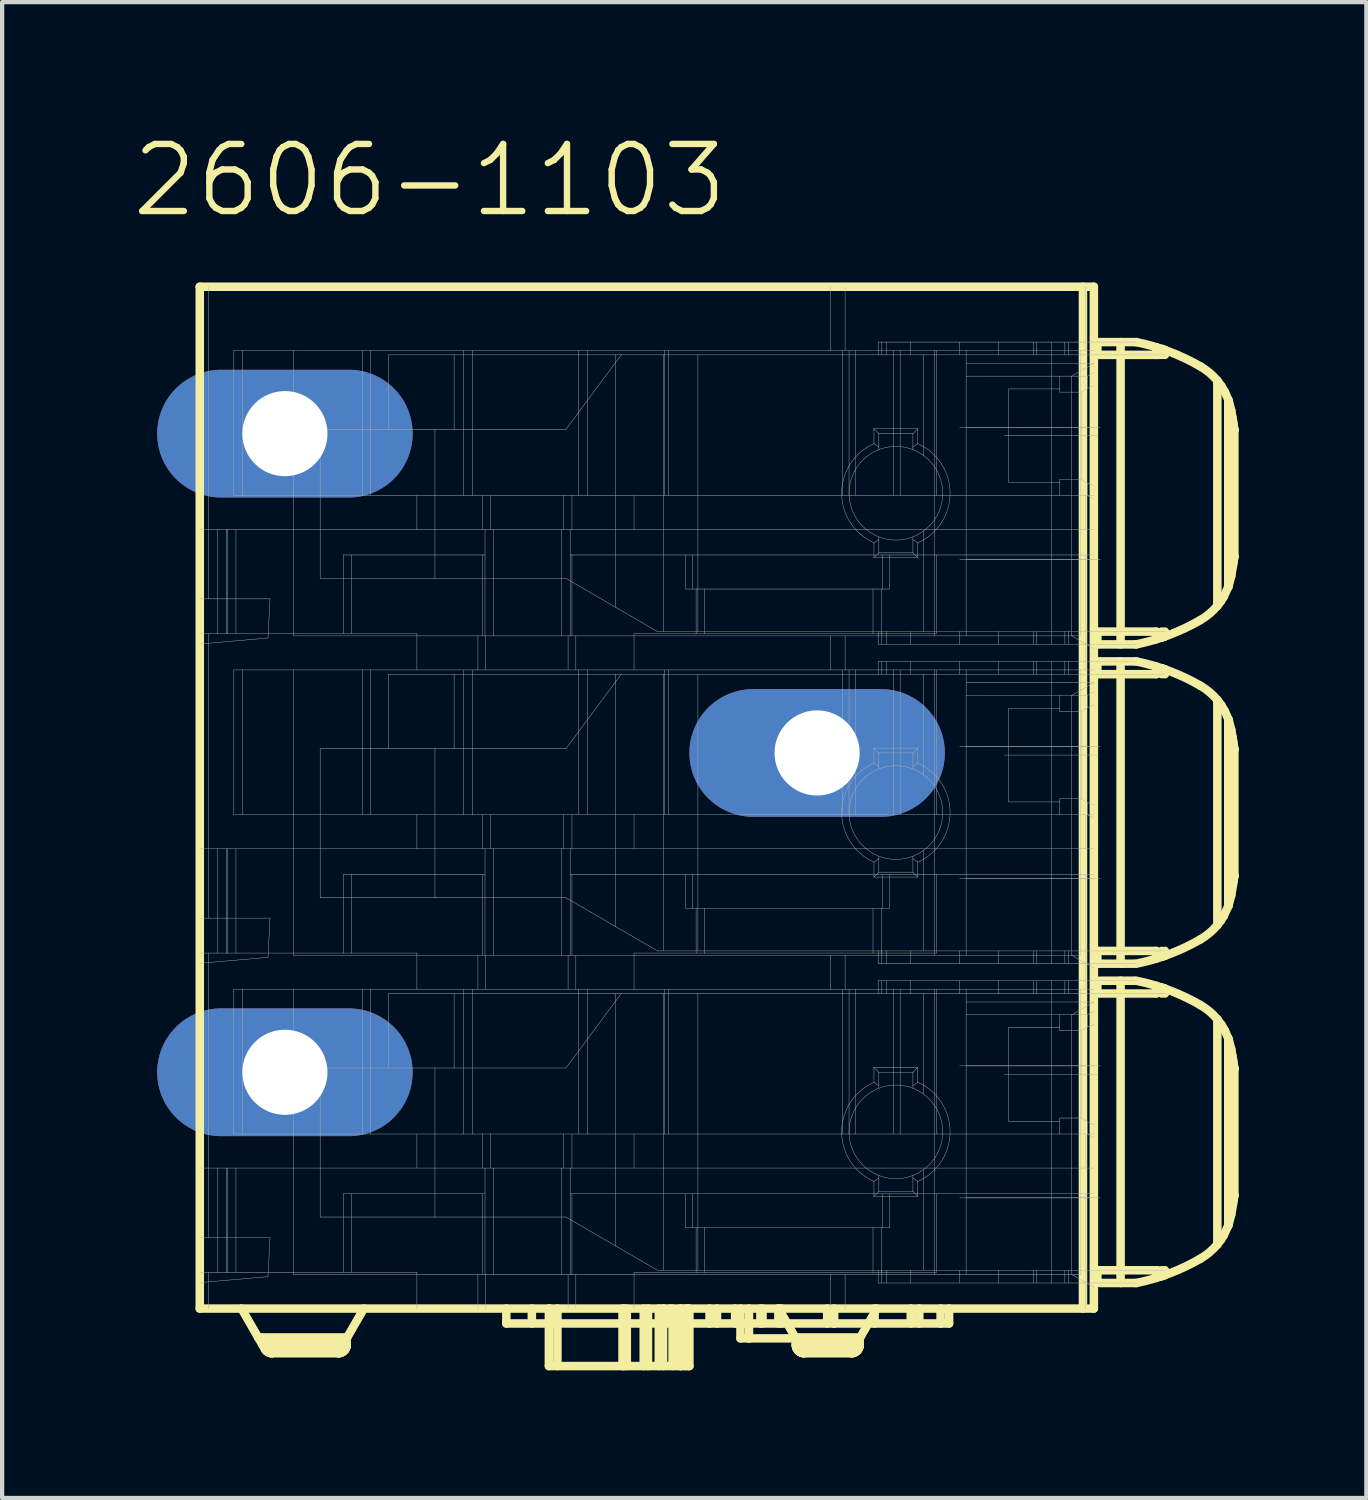
<source format=kicad_pcb>
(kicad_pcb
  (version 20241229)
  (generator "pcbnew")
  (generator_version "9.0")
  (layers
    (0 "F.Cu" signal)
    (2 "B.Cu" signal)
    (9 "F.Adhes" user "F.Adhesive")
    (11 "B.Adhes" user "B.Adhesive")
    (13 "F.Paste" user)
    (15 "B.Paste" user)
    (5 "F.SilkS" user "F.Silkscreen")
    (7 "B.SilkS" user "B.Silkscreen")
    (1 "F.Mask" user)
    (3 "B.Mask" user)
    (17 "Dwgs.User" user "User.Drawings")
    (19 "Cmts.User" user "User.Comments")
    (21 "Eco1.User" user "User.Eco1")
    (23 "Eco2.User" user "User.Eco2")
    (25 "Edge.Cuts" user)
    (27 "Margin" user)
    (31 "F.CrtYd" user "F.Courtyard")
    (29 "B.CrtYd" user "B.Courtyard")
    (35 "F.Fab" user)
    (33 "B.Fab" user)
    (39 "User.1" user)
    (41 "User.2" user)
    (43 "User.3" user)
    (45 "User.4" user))
  (footprint "2606-1103"
    (layer "F.Cu")
    (at 13.792 16.36)
    (property "Reference" "2606-1103" (at -6.75 -15.175 0) (layer "F.SilkS") (effects (font (size 1.575 1.575) (thickness 0.15))))
    (attr through_hole)
    (fp_line (start -12.15 11.325) (end -12.15 -12.675) (stroke (width 0.2) (type solid)) (layer "F.SilkS"))
    (fp_line (start -10.778 12.004) (end -11.17 11.325) (stroke (width 0.2) (type solid)) (layer "F.SilkS"))
    (fp_line (start -10.621 12.275) (end -10.778 12.004) (stroke (width 0.2) (type solid)) (layer "F.SilkS"))
    (fp_line (start -10.612 12.29) (end -10.621 12.275) (stroke (width 0.2) (type solid)) (layer "F.SilkS"))
    (fp_line (start -10.601 12.304) (end -10.612 12.29) (stroke (width 0.2) (type solid)) (layer "F.SilkS"))
    (fp_line (start -10.59 12.316) (end -10.601 12.304) (stroke (width 0.2) (type solid)) (layer "F.SilkS"))
    (fp_line (start -10.577 12.328) (end -10.59 12.316) (stroke (width 0.2) (type solid)) (layer "F.SilkS"))
    (fp_line (start -10.563 12.339) (end -10.577 12.328) (stroke (width 0.2) (type solid)) (layer "F.SilkS"))
    (fp_line (start -10.548 12.348) (end -10.563 12.339) (stroke (width 0.2) (type solid)) (layer "F.SilkS"))
    (fp_line (start -10.533 12.356) (end -10.548 12.348) (stroke (width 0.2) (type solid)) (layer "F.SilkS"))
    (fp_line (start -10.517 12.363) (end -10.533 12.356) (stroke (width 0.2) (type solid)) (layer "F.SilkS"))
    (fp_line (start -10.5 12.368) (end -10.517 12.363) (stroke (width 0.2) (type solid)) (layer "F.SilkS"))
    (fp_line (start -10.483 12.372) (end -10.5 12.368) (stroke (width 0.2) (type solid)) (layer "F.SilkS"))
    (fp_line (start -10.466 12.374) (end -10.483 12.372) (stroke (width 0.2) (type solid)) (layer "F.SilkS"))
    (fp_line (start -10.448 12.375) (end -10.466 12.374) (stroke (width 0.2) (type solid)) (layer "F.SilkS"))
    (fp_line (start -8.9 12.375) (end -10.448 12.375) (stroke (width 0.2) (type solid)) (layer "F.SilkS"))
    (fp_line (start -8.883 12.374) (end -8.9 12.375) (stroke (width 0.2) (type solid)) (layer "F.SilkS"))
    (fp_line (start -8.865 12.372) (end -8.883 12.374) (stroke (width 0.2) (type solid)) (layer "F.SilkS"))
    (fp_line (start -8.848 12.368) (end -8.865 12.372) (stroke (width 0.2) (type solid)) (layer "F.SilkS"))
    (fp_line (start -8.832 12.363) (end -8.848 12.368) (stroke (width 0.2) (type solid)) (layer "F.SilkS"))
    (fp_line (start -8.815 12.356) (end -8.832 12.363) (stroke (width 0.2) (type solid)) (layer "F.SilkS"))
    (fp_line (start -8.8 12.348) (end -8.815 12.356) (stroke (width 0.2) (type solid)) (layer "F.SilkS"))
    (fp_line (start -8.785 12.339) (end -8.8 12.348) (stroke (width 0.2) (type solid)) (layer "F.SilkS"))
    (fp_line (start -8.771 12.328) (end -8.785 12.339) (stroke (width 0.2) (type solid)) (layer "F.SilkS"))
    (fp_line (start -8.759 12.316) (end -8.771 12.328) (stroke (width 0.2) (type solid)) (layer "F.SilkS"))
    (fp_line (start -8.747 12.304) (end -8.759 12.316) (stroke (width 0.2) (type solid)) (layer "F.SilkS"))
    (fp_line (start -8.736 12.29) (end -8.747 12.304) (stroke (width 0.2) (type solid)) (layer "F.SilkS"))
    (fp_line (start -8.727 12.275) (end -8.736 12.29) (stroke (width 0.2) (type solid)) (layer "F.SilkS"))
    (fp_line (start -8.719 12.259) (end -8.727 12.275) (stroke (width 0.2) (type solid)) (layer "F.SilkS"))
    (fp_line (start -8.712 12.243) (end -8.719 12.259) (stroke (width 0.2) (type solid)) (layer "F.SilkS"))
    (fp_line (start -8.707 12.227) (end -8.712 12.243) (stroke (width 0.2) (type solid)) (layer "F.SilkS"))
    (fp_line (start -8.703 12.21) (end -8.707 12.227) (stroke (width 0.2) (type solid)) (layer "F.SilkS"))
    (fp_line (start -8.701 12.192) (end -8.703 12.21) (stroke (width 0.2) (type solid)) (layer "F.SilkS"))
    (fp_line (start -8.7 12.025) (end -8.296 11.325) (stroke (width 0.2) (type solid)) (layer "F.SilkS"))
    (fp_line (start -8.7 12.175) (end -10.679 12.175) (stroke (width 0.2) (type solid)) (layer "F.SilkS"))
    (fp_line (start -8.7 12.175) (end -8.701 12.192) (stroke (width 0.2) (type solid)) (layer "F.SilkS"))
    (fp_line (start -8.7 12.175) (end -8.7 12.025) (stroke (width 0.2) (type solid)) (layer "F.SilkS"))
    (fp_line (start -8.688 12.004) (end -10.778 12.004) (stroke (width 0.2) (type solid)) (layer "F.SilkS"))
    (fp_line (start -4.95 11.675) (end -4.95 11.325) (stroke (width 0.2) (type solid)) (layer "F.SilkS"))
    (fp_line (start -4.35 11.675) (end -4.35 11.325) (stroke (width 0.2) (type solid)) (layer "F.SilkS"))
    (fp_line (start -3.95 12.675) (end -3.95 11.325) (stroke (width 0.2) (type solid)) (layer "F.SilkS"))
    (fp_line (start -3.932 11.675) (end -3.932 11.325) (stroke (width 0.2) (type solid)) (layer "F.SilkS"))
    (fp_line (start -3.75 12.675) (end -3.75 11.325) (stroke (width 0.2) (type solid)) (layer "F.SilkS"))
    (fp_line (start -2.22 11.325) (end -2.22 12.675) (stroke (width 0.2) (type solid)) (layer "F.SilkS"))
    (fp_line (start -2.193 12.675) (end -2.193 11.325) (stroke (width 0.2) (type solid)) (layer "F.SilkS"))
    (fp_line (start -2.12 12.675) (end -2.12 11.325) (stroke (width 0.2) (type solid)) (layer "F.SilkS"))
    (fp_line (start -1.722 12.675) (end -1.722 11.325) (stroke (width 0.2) (type solid)) (layer "F.SilkS"))
    (fp_line (start -1.622 12.675) (end -1.622 11.325) (stroke (width 0.2) (type solid)) (layer "F.SilkS"))
    (fp_line (start -1.369 12.675) (end -1.369 11.325) (stroke (width 0.2) (type solid)) (layer "F.SilkS"))
    (fp_line (start -1.268 12.675) (end -1.268 11.325) (stroke (width 0.2) (type solid)) (layer "F.SilkS"))
    (fp_line (start -1.25 11.675) (end -1.25 11.325) (stroke (width 0.2) (type solid)) (layer "F.SilkS"))
    (fp_line (start -1.113 11.675) (end -1.113 11.325) (stroke (width 0.2) (type solid)) (layer "F.SilkS"))
    (fp_line (start -1.044 12.675) (end -1.044 11.325) (stroke (width 0.2) (type solid)) (layer "F.SilkS"))
    (fp_line (start -0.871 12.675) (end -0.871 11.325) (stroke (width 0.2) (type solid)) (layer "F.SilkS"))
    (fp_line (start -0.85 12.675) (end -3.95 12.675) (stroke (width 0.2) (type solid)) (layer "F.SilkS"))
    (fp_line (start -0.85 12.675) (end -0.85 11.325) (stroke (width 0.2) (type solid)) (layer "F.SilkS"))
    (fp_line (start -0.75 12.675) (end -0.75 11.325) (stroke (width 0.2) (type solid)) (layer "F.SilkS"))
    (fp_line (start -0.689 11.675) (end -0.689 11.325) (stroke (width 0.2) (type solid)) (layer "F.SilkS"))
    (fp_line (start -0.677 12.675) (end -0.677 11.325) (stroke (width 0.2) (type solid)) (layer "F.SilkS"))
    (fp_line (start -0.65 12.675) (end -0.85 12.675) (stroke (width 0.2) (type solid)) (layer "F.SilkS"))
    (fp_line (start -0.65 12.675) (end -0.65 11.325) (stroke (width 0.2) (type solid)) (layer "F.SilkS"))
    (fp_line (start -0.176 11.325) (end -0.176 11.675) (stroke (width 0.2) (type solid)) (layer "F.SilkS"))
    (fp_line (start -0.001 11.675) (end -0.001 11.325) (stroke (width 0.2) (type solid)) (layer "F.SilkS"))
    (fp_line (start 0.424 11.675) (end 0.424 11.325) (stroke (width 0.2) (type solid)) (layer "F.SilkS"))
    (fp_line (start 0.55 12.025) (end 0.55 11.325) (stroke (width 0.2) (type solid)) (layer "F.SilkS"))
    (fp_line (start 0.75 12.025) (end 0.55 12.025) (stroke (width 0.2) (type solid)) (layer "F.SilkS"))
    (fp_line (start 0.75 12.025) (end 0.75 11.325) (stroke (width 0.2) (type solid)) (layer "F.SilkS"))
    (fp_line (start 1.018 11.675) (end 1.018 11.325) (stroke (width 0.2) (type solid)) (layer "F.SilkS"))
    (fp_line (start 1.068 11.675) (end 1.068 11.325) (stroke (width 0.2) (type solid)) (layer "F.SilkS"))
    (fp_line (start 1.44 11.675) (end 1.44 11.325) (stroke (width 0.2) (type solid)) (layer "F.SilkS"))
    (fp_line (start 1.446 11.325) (end 1.648 11.675) (stroke (width 0.2) (type solid)) (layer "F.SilkS"))
    (fp_line (start 1.513 11.675) (end 1.513 11.325) (stroke (width 0.2) (type solid)) (layer "F.SilkS"))
    (fp_line (start 1.648 11.675) (end 1.85 12.025) (stroke (width 0.2) (type solid)) (layer "F.SilkS"))
    (fp_line (start 1.85 12.025) (end 0.75 12.025) (stroke (width 0.2) (type solid)) (layer "F.SilkS"))
    (fp_line (start 1.85 12.025) (end 1.85 12.175) (stroke (width 0.2) (type solid)) (layer "F.SilkS"))
    (fp_line (start 1.851 12.192) (end 1.85 12.175) (stroke (width 0.2) (type solid)) (layer "F.SilkS"))
    (fp_line (start 1.853 12.21) (end 1.851 12.192) (stroke (width 0.2) (type solid)) (layer "F.SilkS"))
    (fp_line (start 1.857 12.227) (end 1.853 12.21) (stroke (width 0.2) (type solid)) (layer "F.SilkS"))
    (fp_line (start 1.862 12.243) (end 1.857 12.227) (stroke (width 0.2) (type solid)) (layer "F.SilkS"))
    (fp_line (start 1.869 12.259) (end 1.862 12.243) (stroke (width 0.2) (type solid)) (layer "F.SilkS"))
    (fp_line (start 1.877 12.275) (end 1.869 12.259) (stroke (width 0.2) (type solid)) (layer "F.SilkS"))
    (fp_line (start 1.886 12.29) (end 1.877 12.275) (stroke (width 0.2) (type solid)) (layer "F.SilkS"))
    (fp_line (start 1.897 12.304) (end 1.886 12.29) (stroke (width 0.2) (type solid)) (layer "F.SilkS"))
    (fp_line (start 1.909 12.316) (end 1.897 12.304) (stroke (width 0.2) (type solid)) (layer "F.SilkS"))
    (fp_line (start 1.921 12.328) (end 1.909 12.316) (stroke (width 0.2) (type solid)) (layer "F.SilkS"))
    (fp_line (start 1.935 12.339) (end 1.921 12.328) (stroke (width 0.2) (type solid)) (layer "F.SilkS"))
    (fp_line (start 1.95 12.348) (end 1.935 12.339) (stroke (width 0.2) (type solid)) (layer "F.SilkS"))
    (fp_line (start 1.965 12.356) (end 1.95 12.348) (stroke (width 0.2) (type solid)) (layer "F.SilkS"))
    (fp_line (start 1.982 12.363) (end 1.965 12.356) (stroke (width 0.2) (type solid)) (layer "F.SilkS"))
    (fp_line (start 1.998 12.368) (end 1.982 12.363) (stroke (width 0.2) (type solid)) (layer "F.SilkS"))
    (fp_line (start 2.015 12.372) (end 1.998 12.368) (stroke (width 0.2) (type solid)) (layer "F.SilkS"))
    (fp_line (start 2.033 12.374) (end 2.015 12.372) (stroke (width 0.2) (type solid)) (layer "F.SilkS"))
    (fp_line (start 2.05 12.375) (end 2.033 12.374) (stroke (width 0.2) (type solid)) (layer "F.SilkS"))
    (fp_line (start 2.587 11.675) (end 2.587 11.325) (stroke (width 0.2) (type solid)) (layer "F.SilkS"))
    (fp_line (start 2.75 11.675) (end -4.95 11.675) (stroke (width 0.2) (type solid)) (layer "F.SilkS"))
    (fp_line (start 2.75 11.675) (end 2.75 11.325) (stroke (width 0.2) (type solid)) (layer "F.SilkS"))
    (fp_line (start 3.15 12.375) (end 2.05 12.375) (stroke (width 0.2) (type solid)) (layer "F.SilkS"))
    (fp_line (start 3.167 12.374) (end 3.15 12.375) (stroke (width 0.2) (type solid)) (layer "F.SilkS"))
    (fp_line (start 3.185 12.372) (end 3.167 12.374) (stroke (width 0.2) (type solid)) (layer "F.SilkS"))
    (fp_line (start 3.202 12.368) (end 3.185 12.372) (stroke (width 0.2) (type solid)) (layer "F.SilkS"))
    (fp_line (start 3.218 12.363) (end 3.202 12.368) (stroke (width 0.2) (type solid)) (layer "F.SilkS"))
    (fp_line (start 3.235 12.356) (end 3.218 12.363) (stroke (width 0.2) (type solid)) (layer "F.SilkS"))
    (fp_line (start 3.25 12.348) (end 3.235 12.356) (stroke (width 0.2) (type solid)) (layer "F.SilkS"))
    (fp_line (start 3.265 12.339) (end 3.25 12.348) (stroke (width 0.2) (type solid)) (layer "F.SilkS"))
    (fp_line (start 3.279 12.328) (end 3.265 12.339) (stroke (width 0.2) (type solid)) (layer "F.SilkS"))
    (fp_line (start 3.291 12.316) (end 3.279 12.328) (stroke (width 0.2) (type solid)) (layer "F.SilkS"))
    (fp_line (start 3.303 12.304) (end 3.291 12.316) (stroke (width 0.2) (type solid)) (layer "F.SilkS"))
    (fp_line (start 3.314 12.29) (end 3.303 12.304) (stroke (width 0.2) (type solid)) (layer "F.SilkS"))
    (fp_line (start 3.323 12.275) (end 3.314 12.29) (stroke (width 0.2) (type solid)) (layer "F.SilkS"))
    (fp_line (start 3.331 12.259) (end 3.323 12.275) (stroke (width 0.2) (type solid)) (layer "F.SilkS"))
    (fp_line (start 3.338 12.243) (end 3.331 12.259) (stroke (width 0.2) (type solid)) (layer "F.SilkS"))
    (fp_line (start 3.343 12.227) (end 3.338 12.243) (stroke (width 0.2) (type solid)) (layer "F.SilkS"))
    (fp_line (start 3.347 12.21) (end 3.343 12.227) (stroke (width 0.2) (type solid)) (layer "F.SilkS"))
    (fp_line (start 3.349 12.192) (end 3.347 12.21) (stroke (width 0.2) (type solid)) (layer "F.SilkS"))
    (fp_line (start 3.35 12.025) (end 3.552 11.675) (stroke (width 0.2) (type solid)) (layer "F.SilkS"))
    (fp_line (start 3.35 12.175) (end 1.85 12.175) (stroke (width 0.2) (type solid)) (layer "F.SilkS"))
    (fp_line (start 3.35 12.175) (end 3.349 12.192) (stroke (width 0.2) (type solid)) (layer "F.SilkS"))
    (fp_line (start 3.35 12.175) (end 3.35 12.025) (stroke (width 0.2) (type solid)) (layer "F.SilkS"))
    (fp_line (start 3.362 12.004) (end 1.838 12.004) (stroke (width 0.2) (type solid)) (layer "F.SilkS"))
    (fp_line (start 3.552 11.675) (end 3.754 11.325) (stroke (width 0.2) (type solid)) (layer "F.SilkS"))
    (fp_line (start 3.7 11.675) (end 3.7 11.325) (stroke (width 0.2) (type solid)) (layer "F.SilkS"))
    (fp_line (start 4.55 11.675) (end 4.55 11.325) (stroke (width 0.2) (type solid)) (layer "F.SilkS"))
    (fp_line (start 4.75 11.675) (end 4.75 11.325) (stroke (width 0.2) (type solid)) (layer "F.SilkS"))
    (fp_line (start 5.25 11.675) (end 2.75 11.675) (stroke (width 0.2) (type solid)) (layer "F.SilkS"))
    (fp_line (start 5.25 11.675) (end 5.25 11.325) (stroke (width 0.2) (type solid)) (layer "F.SilkS"))
    (fp_line (start 5.45 11.675) (end 5.25 11.675) (stroke (width 0.2) (type solid)) (layer "F.SilkS"))
    (fp_line (start 5.45 11.675) (end 5.45 11.325) (stroke (width 0.2) (type solid)) (layer "F.SilkS"))
    (fp_line (start 8.594 11.325) (end 8.594 -12.675) (stroke (width 0.2) (type solid)) (layer "F.SilkS"))
    (fp_line (start 8.85 -12.675) (end -12.15 -12.675) (stroke (width 0.2) (type solid)) (layer "F.SilkS"))
    (fp_line (start 8.85 11.325) (end -12.15 11.325) (stroke (width 0.2) (type solid)) (layer "F.SilkS"))
    (fp_line (start 8.85 11.325) (end 8.85 -12.675) (stroke (width 0.2) (type solid)) (layer "F.SilkS"))
    (fp_line (start 8.9 -11.375) (end 9.85 -11.375) (stroke (width 0.2) (type solid)) (layer "F.SilkS"))
    (fp_line (start 8.9 -4.575) (end 10.3 -4.575) (stroke (width 0.2) (type solid)) (layer "F.SilkS"))
    (fp_line (start 8.9 -3.575) (end 10.3 -3.575) (stroke (width 0.2) (type solid)) (layer "F.SilkS"))
    (fp_line (start 8.9 3.225) (end 9.8 3.225) (stroke (width 0.2) (type solid)) (layer "F.SilkS"))
    (fp_line (start 8.932 -11.075) (end 8.932 -11.375) (stroke (width 0.2) (type solid)) (layer "F.SilkS"))
    (fp_line (start 8.932 -4.275) (end 8.932 -4.575) (stroke (width 0.2) (type solid)) (layer "F.SilkS"))
    (fp_line (start 8.932 -3.575) (end 8.932 -3.875) (stroke (width 0.2) (type solid)) (layer "F.SilkS"))
    (fp_line (start 8.932 3.225) (end 8.932 2.925) (stroke (width 0.2) (type solid)) (layer "F.SilkS"))
    (fp_line (start 8.932 3.925) (end 8.932 3.625) (stroke (width 0.2) (type solid)) (layer "F.SilkS"))
    (fp_line (start 8.932 10.725) (end 8.932 10.425) (stroke (width 0.2) (type solid)) (layer "F.SilkS"))
    (fp_line (start 8.95 -4.275) (end 9.85 -4.275) (stroke (width 0.2) (type solid)) (layer "F.SilkS"))
    (fp_line (start 8.95 -3.875) (end 9.85 -3.875) (stroke (width 0.2) (type solid)) (layer "F.SilkS"))
    (fp_line (start 8.95 2.925) (end 10.3 2.925) (stroke (width 0.2) (type solid)) (layer "F.SilkS"))
    (fp_line (start 8.95 10.425) (end 10.35 10.425) (stroke (width 0.2) (type solid)) (layer "F.SilkS"))
    (fp_line (start 9 3.625) (end 9.8 3.625) (stroke (width 0.2) (type solid)) (layer "F.SilkS"))
    (fp_line (start 9 3.925) (end 10.3 3.925) (stroke (width 0.2) (type solid)) (layer "F.SilkS"))
    (fp_line (start 9 10.725) (end 9.85 10.725) (stroke (width 0.2) (type solid)) (layer "F.SilkS"))
    (fp_line (start 9.478 -4.275) (end 9.478 -11.375) (stroke (width 0.2) (type solid)) (layer "F.SilkS"))
    (fp_line (start 9.478 3.225) (end 9.478 -3.875) (stroke (width 0.2) (type solid)) (layer "F.SilkS"))
    (fp_line (start 9.478 10.725) (end 9.478 3.625) (stroke (width 0.2) (type solid)) (layer "F.SilkS"))
    (fp_line (start 10.319 -11.075) (end 10.319 -11.255) (stroke (width 0.2) (type solid)) (layer "F.SilkS"))
    (fp_line (start 10.319 -4.396) (end 10.319 -4.575) (stroke (width 0.2) (type solid)) (layer "F.SilkS"))
    (fp_line (start 10.319 -3.575) (end 10.319 -3.754) (stroke (width 0.2) (type solid)) (layer "F.SilkS"))
    (fp_line (start 10.319 3.104) (end 10.319 2.925) (stroke (width 0.2) (type solid)) (layer "F.SilkS"))
    (fp_line (start 10.319 3.925) (end 10.319 3.746) (stroke (width 0.2) (type solid)) (layer "F.SilkS"))
    (fp_line (start 10.319 10.604) (end 10.319 10.425) (stroke (width 0.2) (type solid)) (layer "F.SilkS"))
    (fp_line (start 10.4 -11.075) (end 8.95 -11.075) (stroke (width 0.2) (type solid)) (layer "F.SilkS"))
    (fp_line (start 10.447 -11.075) (end 10.447 -11.213) (stroke (width 0.2) (type solid)) (layer "F.SilkS"))
    (fp_line (start 10.447 -4.437) (end 10.447 -4.575) (stroke (width 0.2) (type solid)) (layer "F.SilkS"))
    (fp_line (start 10.447 -4.437) (end 10.519 -4.462) (stroke (width 0.2) (type solid)) (layer "F.SilkS"))
    (fp_line (start 10.447 -3.575) (end 10.447 -3.713) (stroke (width 0.2) (type solid)) (layer "F.SilkS"))
    (fp_line (start 10.447 3.063) (end 10.447 2.925) (stroke (width 0.2) (type solid)) (layer "F.SilkS"))
    (fp_line (start 10.447 3.063) (end 10.519 3.038) (stroke (width 0.2) (type solid)) (layer "F.SilkS"))
    (fp_line (start 10.447 3.925) (end 10.447 3.787) (stroke (width 0.2) (type solid)) (layer "F.SilkS"))
    (fp_line (start 10.447 10.563) (end 10.447 10.425) (stroke (width 0.2) (type solid)) (layer "F.SilkS"))
    (fp_line (start 10.447 10.563) (end 10.519 10.538) (stroke (width 0.2) (type solid)) (layer "F.SilkS"))
    (fp_line (start 10.519 -11.188) (end 10.447 -11.213) (stroke (width 0.2) (type solid)) (layer "F.SilkS"))
    (fp_line (start 10.519 -11.188) (end 10.519 -11.189) (stroke (width 0.2) (type solid)) (layer "F.SilkS"))
    (fp_line (start 10.519 -11.075) (end 10.519 -11.188) (stroke (width 0.2) (type solid)) (layer "F.SilkS"))
    (fp_line (start 10.519 -4.461) (end 10.519 -4.575) (stroke (width 0.2) (type solid)) (layer "F.SilkS"))
    (fp_line (start 10.519 -3.688) (end 10.447 -3.713) (stroke (width 0.2) (type solid)) (layer "F.SilkS"))
    (fp_line (start 10.519 -3.688) (end 10.519 -3.689) (stroke (width 0.2) (type solid)) (layer "F.SilkS"))
    (fp_line (start 10.519 -3.575) (end 10.519 -3.688) (stroke (width 0.2) (type solid)) (layer "F.SilkS"))
    (fp_line (start 10.519 3.039) (end 10.519 2.925) (stroke (width 0.2) (type solid)) (layer "F.SilkS"))
    (fp_line (start 10.519 3.812) (end 10.447 3.787) (stroke (width 0.2) (type solid)) (layer "F.SilkS"))
    (fp_line (start 10.519 3.812) (end 10.519 3.811) (stroke (width 0.2) (type solid)) (layer "F.SilkS"))
    (fp_line (start 10.519 3.925) (end 10.519 3.812) (stroke (width 0.2) (type solid)) (layer "F.SilkS"))
    (fp_line (start 10.519 10.539) (end 10.519 10.425) (stroke (width 0.2) (type solid)) (layer "F.SilkS"))
    (fp_line (start 11.75 -10.469) (end 11.845 -10.343) (stroke (width 0.2) (type solid)) (layer "F.SilkS"))
    (fp_line (start 11.75 -5.181) (end 11.75 -10.469) (stroke (width 0.2) (type solid)) (layer "F.SilkS"))
    (fp_line (start 11.75 -2.969) (end 11.845 -2.843) (stroke (width 0.2) (type solid)) (layer "F.SilkS"))
    (fp_line (start 11.75 2.319) (end 11.75 -2.969) (stroke (width 0.2) (type solid)) (layer "F.SilkS"))
    (fp_line (start 11.75 4.531) (end 11.845 4.657) (stroke (width 0.2) (type solid)) (layer "F.SilkS"))
    (fp_line (start 11.75 9.819) (end 11.75 4.531) (stroke (width 0.2) (type solid)) (layer "F.SilkS"))
    (fp_line (start 11.832 -5.288) (end 11.75 -5.181) (stroke (width 0.2) (type solid)) (layer "F.SilkS"))
    (fp_line (start 11.832 2.212) (end 11.75 2.319) (stroke (width 0.2) (type solid)) (layer "F.SilkS"))
    (fp_line (start 11.832 9.712) (end 11.75 9.819) (stroke (width 0.2) (type solid)) (layer "F.SilkS"))
    (fp_line (start 11.845 -10.343) (end 11.927 -10.205) (stroke (width 0.2) (type solid)) (layer "F.SilkS"))
    (fp_line (start 11.845 -2.843) (end 11.927 -2.705) (stroke (width 0.2) (type solid)) (layer "F.SilkS"))
    (fp_line (start 11.845 4.657) (end 11.927 4.795) (stroke (width 0.2) (type solid)) (layer "F.SilkS"))
    (fp_line (start 11.902 -5.398) (end 11.832 -5.288) (stroke (width 0.2) (type solid)) (layer "F.SilkS"))
    (fp_line (start 11.902 2.102) (end 11.832 2.212) (stroke (width 0.2) (type solid)) (layer "F.SilkS"))
    (fp_line (start 11.902 9.602) (end 11.832 9.712) (stroke (width 0.2) (type solid)) (layer "F.SilkS"))
    (fp_line (start 11.927 -10.205) (end 12.018 -9.996) (stroke (width 0.2) (type solid)) (layer "F.SilkS"))
    (fp_line (start 11.927 -2.705) (end 12.018 -2.496) (stroke (width 0.2) (type solid)) (layer "F.SilkS"))
    (fp_line (start 11.927 4.795) (end 12.018 5.004) (stroke (width 0.2) (type solid)) (layer "F.SilkS"))
    (fp_line (start 12.007 -5.624) (end 12.007 -10.026) (stroke (width 0.2) (type solid)) (layer "F.SilkS"))
    (fp_line (start 12.007 1.876) (end 12.007 -2.526) (stroke (width 0.2) (type solid)) (layer "F.SilkS"))
    (fp_line (start 12.007 9.376) (end 12.007 4.974) (stroke (width 0.2) (type solid)) (layer "F.SilkS"))
    (fp_line (start 12.011 -5.635) (end 11.902 -5.398) (stroke (width 0.2) (type solid)) (layer "F.SilkS"))
    (fp_line (start 12.011 1.865) (end 11.902 2.102) (stroke (width 0.2) (type solid)) (layer "F.SilkS"))
    (fp_line (start 12.011 9.365) (end 11.902 9.602) (stroke (width 0.2) (type solid)) (layer "F.SilkS"))
    (fp_line (start 12.018 -9.996) (end 12.076 -9.771) (stroke (width 0.2) (type solid)) (layer "F.SilkS"))
    (fp_line (start 12.018 -2.496) (end 12.076 -2.271) (stroke (width 0.2) (type solid)) (layer "F.SilkS"))
    (fp_line (start 12.018 5.004) (end 12.076 5.229) (stroke (width 0.2) (type solid)) (layer "F.SilkS"))
    (fp_line (start 12.076 -9.771) (end 12.105 -9.605) (stroke (width 0.2) (type solid)) (layer "F.SilkS"))
    (fp_line (start 12.076 -5.879) (end 12.011 -5.635) (stroke (width 0.2) (type solid)) (layer "F.SilkS"))
    (fp_line (start 12.076 -2.271) (end 12.105 -2.105) (stroke (width 0.2) (type solid)) (layer "F.SilkS"))
    (fp_line (start 12.076 1.621) (end 12.011 1.865) (stroke (width 0.2) (type solid)) (layer "F.SilkS"))
    (fp_line (start 12.076 5.229) (end 12.105 5.395) (stroke (width 0.2) (type solid)) (layer "F.SilkS"))
    (fp_line (start 12.076 9.121) (end 12.011 9.365) (stroke (width 0.2) (type solid)) (layer "F.SilkS"))
    (fp_line (start 12.105 -9.605) (end 12.123 -9.493) (stroke (width 0.2) (type solid)) (layer "F.SilkS"))
    (fp_line (start 12.105 -2.105) (end 12.123 -1.993) (stroke (width 0.2) (type solid)) (layer "F.SilkS"))
    (fp_line (start 12.105 5.395) (end 12.123 5.507) (stroke (width 0.2) (type solid)) (layer "F.SilkS"))
    (fp_line (start 12.117 -6.122) (end 12.076 -5.879) (stroke (width 0.2) (type solid)) (layer "F.SilkS"))
    (fp_line (start 12.117 1.378) (end 12.076 1.621) (stroke (width 0.2) (type solid)) (layer "F.SilkS"))
    (fp_line (start 12.117 8.878) (end 12.076 9.121) (stroke (width 0.2) (type solid)) (layer "F.SilkS"))
    (fp_line (start 12.123 -9.493) (end 12.134 -9.419) (stroke (width 0.2) (type solid)) (layer "F.SilkS"))
    (fp_line (start 12.123 -1.993) (end 12.134 -1.919) (stroke (width 0.2) (type solid)) (layer "F.SilkS"))
    (fp_line (start 12.123 5.507) (end 12.134 5.581) (stroke (width 0.2) (type solid)) (layer "F.SilkS"))
    (fp_line (start 12.131 -6.21) (end 12.117 -6.122) (stroke (width 0.2) (type solid)) (layer "F.SilkS"))
    (fp_line (start 12.131 1.29) (end 12.117 1.378) (stroke (width 0.2) (type solid)) (layer "F.SilkS"))
    (fp_line (start 12.131 8.79) (end 12.117 8.878) (stroke (width 0.2) (type solid)) (layer "F.SilkS"))
    (fp_line (start 12.134 -9.419) (end 12.143 -9.355) (stroke (width 0.2) (type solid)) (layer "F.SilkS"))
    (fp_line (start 12.134 -1.919) (end 12.143 -1.855) (stroke (width 0.2) (type solid)) (layer "F.SilkS"))
    (fp_line (start 12.134 5.581) (end 12.143 5.645) (stroke (width 0.2) (type solid)) (layer "F.SilkS"))
    (fp_line (start 12.142 -6.29) (end 12.131 -6.21) (stroke (width 0.2) (type solid)) (layer "F.SilkS"))
    (fp_line (start 12.142 1.21) (end 12.131 1.29) (stroke (width 0.2) (type solid)) (layer "F.SilkS"))
    (fp_line (start 12.142 8.71) (end 12.131 8.79) (stroke (width 0.2) (type solid)) (layer "F.SilkS"))
    (fp_line (start 12.143 -9.355) (end 12.147 -9.326) (stroke (width 0.2) (type solid)) (layer "F.SilkS"))
    (fp_line (start 12.143 -1.855) (end 12.147 -1.826) (stroke (width 0.2) (type solid)) (layer "F.SilkS"))
    (fp_line (start 12.143 5.645) (end 12.147 5.674) (stroke (width 0.2) (type solid)) (layer "F.SilkS"))
    (fp_line (start 12.147 -9.326) (end 12.149 -9.31) (stroke (width 0.2) (type solid)) (layer "F.SilkS"))
    (fp_line (start 12.147 -1.826) (end 12.149 -1.81) (stroke (width 0.2) (type solid)) (layer "F.SilkS"))
    (fp_line (start 12.147 5.674) (end 12.149 5.69) (stroke (width 0.2) (type solid)) (layer "F.SilkS"))
    (fp_line (start 12.148 -6.328) (end 12.142 -6.29) (stroke (width 0.2) (type solid)) (layer "F.SilkS"))
    (fp_line (start 12.148 1.172) (end 12.142 1.21) (stroke (width 0.2) (type solid)) (layer "F.SilkS"))
    (fp_line (start 12.148 8.672) (end 12.142 8.71) (stroke (width 0.2) (type solid)) (layer "F.SilkS"))
    (fp_line (start 12.149 -9.31) (end 12.15 -9.305) (stroke (width 0.2) (type solid)) (layer "F.SilkS"))
    (fp_line (start 12.149 -1.81) (end 12.15 -1.805) (stroke (width 0.2) (type solid)) (layer "F.SilkS"))
    (fp_line (start 12.149 5.69) (end 12.15 5.695) (stroke (width 0.2) (type solid)) (layer "F.SilkS"))
    (fp_line (start 12.149 -6.341) (end 12.148 -6.328) (stroke (width 0.2) (type solid)) (layer "F.SilkS"))
    (fp_line (start 12.149 1.159) (end 12.148 1.172) (stroke (width 0.2) (type solid)) (layer "F.SilkS"))
    (fp_line (start 12.149 8.659) (end 12.148 8.672) (stroke (width 0.2) (type solid)) (layer "F.SilkS"))
    (fp_line (start 12.15 -9.305) (end 12.15 -9.305) (stroke (width 0.2) (type solid)) (layer "F.SilkS"))
    (fp_line (start 12.15 -6.345) (end 12.149 -6.341) (stroke (width 0.2) (type solid)) (layer "F.SilkS"))
    (fp_line (start 12.15 -6.345) (end 12.15 -9.305) (stroke (width 0.2) (type solid)) (layer "F.SilkS"))
    (fp_line (start 12.15 -1.805) (end 12.15 -1.805) (stroke (width 0.2) (type solid)) (layer "F.SilkS"))
    (fp_line (start 12.15 1.155) (end 12.149 1.159) (stroke (width 0.2) (type solid)) (layer "F.SilkS"))
    (fp_line (start 12.15 1.155) (end 12.15 -1.805) (stroke (width 0.2) (type solid)) (layer "F.SilkS"))
    (fp_line (start 12.15 5.695) (end 12.15 5.695) (stroke (width 0.2) (type solid)) (layer "F.SilkS"))
    (fp_line (start 12.15 8.655) (end 12.149 8.659) (stroke (width 0.2) (type solid)) (layer "F.SilkS"))
    (fp_line (start 12.15 8.655) (end 12.15 5.695) (stroke (width 0.2) (type solid)) (layer "F.SilkS"))
    (fp_arc (start 9.84499 -11.375) (mid 10.620626 -11.151006) (end 11.3501 -10.8051) (stroke (width 0.2) (type solid)) (layer "F.SilkS"))
    (fp_arc (start 9.84499 -3.875) (mid 10.620627 -3.650986) (end 11.3501 -3.30506) (stroke (width 0.2) (type solid)) (layer "F.SilkS"))
    (fp_arc (start 9.84499 3.625) (mid 10.620627 3.849014) (end 11.3501 4.19494) (stroke (width 0.2) (type solid)) (layer "F.SilkS"))
    (fp_arc (start 11.3501 -10.8051) (mid 11.56478 -10.654686) (end 11.75 -10.4692) (stroke (width 0.2) (type solid)) (layer "F.SilkS"))
    (fp_arc (start 11.3501 -4.84494) (mid 10.620627 -4.499014) (end 9.84499 -4.275) (stroke (width 0.2) (type solid)) (layer "F.SilkS"))
    (fp_arc (start 11.3501 -3.30506) (mid 11.564778 -3.154671) (end 11.75 -2.96921) (stroke (width 0.2) (type solid)) (layer "F.SilkS"))
    (fp_arc (start 11.3501 2.65506) (mid 10.620627 3.000986) (end 9.84499 3.225) (stroke (width 0.2) (type solid)) (layer "F.SilkS"))
    (fp_arc (start 11.3501 4.19494) (mid 11.564778 4.345329) (end 11.75 4.53079) (stroke (width 0.2) (type solid)) (layer "F.SilkS"))
    (fp_arc (start 11.3501 10.1551) (mid 10.620626 10.501006) (end 9.84499 10.725) (stroke (width 0.2) (type solid)) (layer "F.SilkS"))
    (fp_arc (start 11.75 -5.18079) (mid 11.564778 -4.995329) (end 11.3501 -4.84494) (stroke (width 0.2) (type solid)) (layer "F.SilkS"))
    (fp_arc (start 11.75 2.31921) (mid 11.564778 2.504671) (end 11.3501 2.65506) (stroke (width 0.2) (type solid)) (layer "F.SilkS"))
    (fp_arc (start 11.75 9.81921) (mid 11.564779 10.004691) (end 11.3501 10.1551) (stroke (width 0.2) (type solid)) (layer "F.SilkS"))
    (fp_line (start -12.15 2.155) (end -11.95 2.155) (stroke (width 0.01) (type solid)) (layer "F.Fab"))
    (fp_line (start -12.15 9.655) (end -11.95 9.655) (stroke (width 0.01) (type solid)) (layer "F.Fab"))
    (fp_line (start -11.95 -5.345) (end -12.15 -5.345) (stroke (width 0.01) (type solid)) (layer "F.Fab"))
    (fp_line (start -11.95 -5.345) (end -11.95 -12.675) (stroke (width 0.01) (type solid)) (layer "F.Fab"))
    (fp_line (start -11.95 -4.525) (end -12.15 -4.525) (stroke (width 0.01) (type solid)) (layer "F.Fab"))
    (fp_line (start -11.95 2.155) (end -11.95 -4.525) (stroke (width 0.01) (type solid)) (layer "F.Fab"))
    (fp_line (start -11.95 2.155) (end -10.5 2.155) (stroke (width 0.01) (type solid)) (layer "F.Fab"))
    (fp_line (start -11.95 2.975) (end -12.15 2.975) (stroke (width 0.01) (type solid)) (layer "F.Fab"))
    (fp_line (start -11.95 9.655) (end -11.95 2.975) (stroke (width 0.01) (type solid)) (layer "F.Fab"))
    (fp_line (start -11.95 9.655) (end -10.5 9.655) (stroke (width 0.01) (type solid)) (layer "F.Fab"))
    (fp_line (start -11.95 10.475) (end -12.15 10.475) (stroke (width 0.01) (type solid)) (layer "F.Fab"))
    (fp_line (start -11.95 11.325) (end -11.95 10.475) (stroke (width 0.01) (type solid)) (layer "F.Fab"))
    (fp_line (start -11.728 -6.975) (end -12.15 -6.975) (stroke (width 0.01) (type solid)) (layer "F.Fab"))
    (fp_line (start -11.728 -4.525) (end -11.728 -6.975) (stroke (width 0.01) (type solid)) (layer "F.Fab"))
    (fp_line (start -11.728 2.975) (end -11.728 0.525) (stroke (width 0.01) (type solid)) (layer "F.Fab"))
    (fp_line (start -11.728 10.475) (end -11.95 10.475) (stroke (width 0.01) (type solid)) (layer "F.Fab"))
    (fp_line (start -11.728 10.475) (end -11.728 8.025) (stroke (width 0.01) (type solid)) (layer "F.Fab"))
    (fp_line (start -11.528 -4.525) (end -11.528 -6.975) (stroke (width 0.01) (type solid)) (layer "F.Fab"))
    (fp_line (start -11.528 2.975) (end -11.528 0.525) (stroke (width 0.01) (type solid)) (layer "F.Fab"))
    (fp_line (start -11.528 10.475) (end -11.528 8.025) (stroke (width 0.01) (type solid)) (layer "F.Fab"))
    (fp_line (start -11.499 -4.525) (end -11.499 -6.975) (stroke (width 0.01) (type solid)) (layer "F.Fab"))
    (fp_line (start -11.499 2.975) (end -11.499 0.525) (stroke (width 0.01) (type solid)) (layer "F.Fab"))
    (fp_line (start -11.499 10.475) (end -11.499 8.025) (stroke (width 0.01) (type solid)) (layer "F.Fab"))
    (fp_line (start -11.35 -7.775) (end -11.35 -11.175) (stroke (width 0.01) (type solid)) (layer "F.Fab"))
    (fp_line (start -11.35 -0.275) (end -11.35 -3.675) (stroke (width 0.01) (type solid)) (layer "F.Fab"))
    (fp_line (start -11.35 7.225) (end -11.35 3.825) (stroke (width 0.01) (type solid)) (layer "F.Fab"))
    (fp_line (start -11.3 -4.525) (end -11.3 -6.975) (stroke (width 0.01) (type solid)) (layer "F.Fab"))
    (fp_line (start -11.3 2.975) (end -11.3 0.525) (stroke (width 0.01) (type solid)) (layer "F.Fab"))
    (fp_line (start -11.3 10.475) (end -11.3 8.025) (stroke (width 0.01) (type solid)) (layer "F.Fab"))
    (fp_line (start -11.15 -11.175) (end -11.35 -11.175) (stroke (width 0.01) (type solid)) (layer "F.Fab"))
    (fp_line (start -11.15 -7.775) (end -11.15 -11.175) (stroke (width 0.01) (type solid)) (layer "F.Fab"))
    (fp_line (start -11.15 -3.675) (end -11.35 -3.675) (stroke (width 0.01) (type solid)) (layer "F.Fab"))
    (fp_line (start -11.15 -0.275) (end -11.15 -3.675) (stroke (width 0.01) (type solid)) (layer "F.Fab"))
    (fp_line (start -11.15 3.825) (end -11.35 3.825) (stroke (width 0.01) (type solid)) (layer "F.Fab"))
    (fp_line (start -11.15 7.225) (end -11.35 7.225) (stroke (width 0.01) (type solid)) (layer "F.Fab"))
    (fp_line (start -11.15 7.225) (end -11.15 3.825) (stroke (width 0.01) (type solid)) (layer "F.Fab"))
    (fp_line (start -10.75 -9.975) (end -10.75 -8.475) (stroke (width 0.01) (type solid)) (layer "F.Fab"))
    (fp_line (start -10.75 -8.475) (end -9.55 -8.475) (stroke (width 0.01) (type solid)) (layer "F.Fab"))
    (fp_line (start -10.75 5.025) (end -10.75 6.525) (stroke (width 0.01) (type solid)) (layer "F.Fab"))
    (fp_line (start -10.75 6.525) (end -9.55 6.525) (stroke (width 0.01) (type solid)) (layer "F.Fab"))
    (fp_line (start -10.548 -4.425) (end -12.15 -4.285) (stroke (width 0.01) (type solid)) (layer "F.Fab"))
    (fp_line (start -10.548 -4.425) (end -10.5 -5.345) (stroke (width 0.01) (type solid)) (layer "F.Fab"))
    (fp_line (start -10.548 3.075) (end -12.15 3.215) (stroke (width 0.01) (type solid)) (layer "F.Fab"))
    (fp_line (start -10.548 3.075) (end -10.5 2.155) (stroke (width 0.01) (type solid)) (layer "F.Fab"))
    (fp_line (start -10.548 10.575) (end -12.15 10.715) (stroke (width 0.01) (type solid)) (layer "F.Fab"))
    (fp_line (start -10.548 10.575) (end -10.5 9.655) (stroke (width 0.01) (type solid)) (layer "F.Fab"))
    (fp_line (start -10.5 -5.345) (end -11.95 -5.345) (stroke (width 0.01) (type solid)) (layer "F.Fab"))
    (fp_line (start -9.95 -11.175) (end -11.15 -11.175) (stroke (width 0.01) (type solid)) (layer "F.Fab"))
    (fp_line (start -9.95 -4.475) (end -9.95 -11.175) (stroke (width 0.01) (type solid)) (layer "F.Fab"))
    (fp_line (start -9.95 -3.675) (end -11.15 -3.675) (stroke (width 0.01) (type solid)) (layer "F.Fab"))
    (fp_line (start -9.95 3.025) (end -9.95 -3.675) (stroke (width 0.01) (type solid)) (layer "F.Fab"))
    (fp_line (start -9.95 3.825) (end -11.15 3.825) (stroke (width 0.01) (type solid)) (layer "F.Fab"))
    (fp_line (start -9.95 10.525) (end -9.95 3.825) (stroke (width 0.01) (type solid)) (layer "F.Fab"))
    (fp_line (start -9.55 -9.975) (end -10.75 -9.975) (stroke (width 0.01) (type solid)) (layer "F.Fab"))
    (fp_line (start -9.55 -8.475) (end -9.55 -9.975) (stroke (width 0.01) (type solid)) (layer "F.Fab"))
    (fp_line (start -9.55 5.025) (end -10.75 5.025) (stroke (width 0.01) (type solid)) (layer "F.Fab"))
    (fp_line (start -9.55 6.525) (end -9.55 5.025) (stroke (width 0.01) (type solid)) (layer "F.Fab"))
    (fp_line (start -9.322 -5.825) (end -9.322 -9.325) (stroke (width 0.01) (type solid)) (layer "F.Fab"))
    (fp_line (start -9.322 -5.825) (end -6.626 -5.825) (stroke (width 0.01) (type solid)) (layer "F.Fab"))
    (fp_line (start -9.322 1.675) (end -9.322 -1.825) (stroke (width 0.01) (type solid)) (layer "F.Fab"))
    (fp_line (start -9.322 1.675) (end -6.626 1.675) (stroke (width 0.01) (type solid)) (layer "F.Fab"))
    (fp_line (start -9.322 9.175) (end -9.322 5.675) (stroke (width 0.01) (type solid)) (layer "F.Fab"))
    (fp_line (start -9.322 9.175) (end -6.626 9.175) (stroke (width 0.01) (type solid)) (layer "F.Fab"))
    (fp_line (start -8.779 -6.375) (end -5.45 -6.375) (stroke (width 0.01) (type solid)) (layer "F.Fab"))
    (fp_line (start -8.779 -4.525) (end -8.779 -6.375) (stroke (width 0.01) (type solid)) (layer "F.Fab"))
    (fp_line (start -8.779 1.125) (end -5.45 1.125) (stroke (width 0.01) (type solid)) (layer "F.Fab"))
    (fp_line (start -8.779 2.975) (end -8.779 1.125) (stroke (width 0.01) (type solid)) (layer "F.Fab"))
    (fp_line (start -8.779 8.625) (end -5.45 8.625) (stroke (width 0.01) (type solid)) (layer "F.Fab"))
    (fp_line (start -8.779 10.475) (end -8.779 8.625) (stroke (width 0.01) (type solid)) (layer "F.Fab"))
    (fp_line (start -8.587 -4.525) (end -8.587 -6.375) (stroke (width 0.01) (type solid)) (layer "F.Fab"))
    (fp_line (start -8.587 2.975) (end -8.587 1.125) (stroke (width 0.01) (type solid)) (layer "F.Fab"))
    (fp_line (start -8.587 10.475) (end -8.587 8.625) (stroke (width 0.01) (type solid)) (layer "F.Fab"))
    (fp_line (start -8.335 -7.775) (end -8.335 -11.175) (stroke (width 0.01) (type solid)) (layer "F.Fab"))
    (fp_line (start -8.335 -0.275) (end -8.335 -3.675) (stroke (width 0.01) (type solid)) (layer "F.Fab"))
    (fp_line (start -8.335 7.225) (end -8.335 3.825) (stroke (width 0.01) (type solid)) (layer "F.Fab"))
    (fp_line (start -8.137 -7.775) (end -8.137 -11.175) (stroke (width 0.01) (type solid)) (layer "F.Fab"))
    (fp_line (start -8.137 -0.275) (end -8.137 -3.675) (stroke (width 0.01) (type solid)) (layer "F.Fab"))
    (fp_line (start -8.137 7.225) (end -11.15 7.225) (stroke (width 0.01) (type solid)) (layer "F.Fab"))
    (fp_line (start -8.137 7.225) (end -8.137 3.825) (stroke (width 0.01) (type solid)) (layer "F.Fab"))
    (fp_line (start -7.717 -11.075) (end -7.717 -9.325) (stroke (width 0.01) (type solid)) (layer "F.Fab"))
    (fp_line (start -7.717 -3.575) (end -7.717 -1.825) (stroke (width 0.01) (type solid)) (layer "F.Fab"))
    (fp_line (start -7.717 3.925) (end -7.717 5.675) (stroke (width 0.01) (type solid)) (layer "F.Fab"))
    (fp_line (start -7.05 -6.975) (end -7.05 -7.775) (stroke (width 0.01) (type solid)) (layer "F.Fab"))
    (fp_line (start -7.05 -4.525) (end -11.95 -4.525) (stroke (width 0.01) (type solid)) (layer "F.Fab"))
    (fp_line (start -7.05 -3.675) (end -7.05 -4.525) (stroke (width 0.01) (type solid)) (layer "F.Fab"))
    (fp_line (start -7.05 0.525) (end -7.05 -0.275) (stroke (width 0.01) (type solid)) (layer "F.Fab"))
    (fp_line (start -7.05 2.975) (end -11.95 2.975) (stroke (width 0.01) (type solid)) (layer "F.Fab"))
    (fp_line (start -7.05 3.825) (end -7.05 2.975) (stroke (width 0.01) (type solid)) (layer "F.Fab"))
    (fp_line (start -7.05 8.025) (end -7.05 7.225) (stroke (width 0.01) (type solid)) (layer "F.Fab"))
    (fp_line (start -7.05 10.475) (end -11.728 10.475) (stroke (width 0.01) (type solid)) (layer "F.Fab"))
    (fp_line (start -7.05 11.325) (end -7.05 10.475) (stroke (width 0.01) (type solid)) (layer "F.Fab"))
    (fp_line (start -6.626 -9.325) (end -9.322 -9.325) (stroke (width 0.01) (type solid)) (layer "F.Fab"))
    (fp_line (start -6.626 -5.825) (end -6.626 -9.325) (stroke (width 0.01) (type solid)) (layer "F.Fab"))
    (fp_line (start -6.626 -5.825) (end -3.55 -5.825) (stroke (width 0.01) (type solid)) (layer "F.Fab"))
    (fp_line (start -6.626 -1.825) (end -9.322 -1.825) (stroke (width 0.01) (type solid)) (layer "F.Fab"))
    (fp_line (start -6.626 1.675) (end -6.626 -1.825) (stroke (width 0.01) (type solid)) (layer "F.Fab"))
    (fp_line (start -6.626 1.675) (end -3.55 1.675) (stroke (width 0.01) (type solid)) (layer "F.Fab"))
    (fp_line (start -6.626 5.675) (end -9.322 5.675) (stroke (width 0.01) (type solid)) (layer "F.Fab"))
    (fp_line (start -6.626 9.175) (end -6.626 5.675) (stroke (width 0.01) (type solid)) (layer "F.Fab"))
    (fp_line (start -6.626 9.175) (end -3.55 9.175) (stroke (width 0.01) (type solid)) (layer "F.Fab"))
    (fp_line (start -6.176 -11.075) (end -7.717 -11.075) (stroke (width 0.01) (type solid)) (layer "F.Fab"))
    (fp_line (start -6.176 -11.075) (end -6.176 -9.325) (stroke (width 0.01) (type solid)) (layer "F.Fab"))
    (fp_line (start -6.176 -9.325) (end -6.626 -9.325) (stroke (width 0.01) (type solid)) (layer "F.Fab"))
    (fp_line (start -6.176 -3.575) (end -6.176 -1.825) (stroke (width 0.01) (type solid)) (layer "F.Fab"))
    (fp_line (start -6.176 -1.825) (end -6.626 -1.825) (stroke (width 0.01) (type solid)) (layer "F.Fab"))
    (fp_line (start -6.176 3.925) (end -6.176 5.675) (stroke (width 0.01) (type solid)) (layer "F.Fab"))
    (fp_line (start -6.176 5.675) (end -6.626 5.675) (stroke (width 0.01) (type solid)) (layer "F.Fab"))
    (fp_line (start -5.95 -7.775) (end -11.35 -7.775) (stroke (width 0.01) (type solid)) (layer "F.Fab"))
    (fp_line (start -5.95 -7.775) (end -5.95 -11.175) (stroke (width 0.01) (type solid)) (layer "F.Fab"))
    (fp_line (start -5.95 -0.275) (end -11.35 -0.275) (stroke (width 0.01) (type solid)) (layer "F.Fab"))
    (fp_line (start -5.95 -0.275) (end -5.95 -3.675) (stroke (width 0.01) (type solid)) (layer "F.Fab"))
    (fp_line (start -5.95 7.225) (end -8.137 7.225) (stroke (width 0.01) (type solid)) (layer "F.Fab"))
    (fp_line (start -5.95 7.225) (end -5.95 3.825) (stroke (width 0.01) (type solid)) (layer "F.Fab"))
    (fp_line (start -5.75 -7.775) (end -5.95 -7.775) (stroke (width 0.01) (type solid)) (layer "F.Fab"))
    (fp_line (start -5.75 -7.775) (end -5.75 -11.175) (stroke (width 0.01) (type solid)) (layer "F.Fab"))
    (fp_line (start -5.75 -0.275) (end -5.95 -0.275) (stroke (width 0.01) (type solid)) (layer "F.Fab"))
    (fp_line (start -5.75 -0.275) (end -5.75 -3.675) (stroke (width 0.01) (type solid)) (layer "F.Fab"))
    (fp_line (start -5.75 7.225) (end -5.95 7.225) (stroke (width 0.01) (type solid)) (layer "F.Fab"))
    (fp_line (start -5.75 7.225) (end -5.75 3.825) (stroke (width 0.01) (type solid)) (layer "F.Fab"))
    (fp_line (start -5.617 -3.675) (end -5.617 -4.475) (stroke (width 0.01) (type solid)) (layer "F.Fab"))
    (fp_line (start -5.617 3.825) (end -5.617 3.025) (stroke (width 0.01) (type solid)) (layer "F.Fab"))
    (fp_line (start -5.617 11.325) (end -5.617 10.525) (stroke (width 0.01) (type solid)) (layer "F.Fab"))
    (fp_line (start -5.513 -6.975) (end -5.513 -7.775) (stroke (width 0.01) (type solid)) (layer "F.Fab"))
    (fp_line (start -5.513 -4.475) (end -5.513 -6.375) (stroke (width 0.01) (type solid)) (layer "F.Fab"))
    (fp_line (start -5.513 0.525) (end -5.513 -0.275) (stroke (width 0.01) (type solid)) (layer "F.Fab"))
    (fp_line (start -5.513 3.025) (end -5.513 1.125) (stroke (width 0.01) (type solid)) (layer "F.Fab"))
    (fp_line (start -5.513 8.025) (end -5.513 7.225) (stroke (width 0.01) (type solid)) (layer "F.Fab"))
    (fp_line (start -5.513 10.525) (end -5.513 8.625) (stroke (width 0.01) (type solid)) (layer "F.Fab"))
    (fp_line (start -5.45 -6.975) (end -11.728 -6.975) (stroke (width 0.01) (type solid)) (layer "F.Fab"))
    (fp_line (start -5.45 -4.475) (end -5.45 -6.975) (stroke (width 0.01) (type solid)) (layer "F.Fab"))
    (fp_line (start -5.45 0.525) (end -12.15 0.525) (stroke (width 0.01) (type solid)) (layer "F.Fab"))
    (fp_line (start -5.45 3.025) (end -5.45 0.525) (stroke (width 0.01) (type solid)) (layer "F.Fab"))
    (fp_line (start -5.45 8.025) (end -12.15 8.025) (stroke (width 0.01) (type solid)) (layer "F.Fab"))
    (fp_line (start -5.45 10.525) (end -5.45 8.025) (stroke (width 0.01) (type solid)) (layer "F.Fab"))
    (fp_line (start -5.438 -3.675) (end -5.438 -4.475) (stroke (width 0.01) (type solid)) (layer "F.Fab"))
    (fp_line (start -5.438 3.825) (end -5.438 3.025) (stroke (width 0.01) (type solid)) (layer "F.Fab"))
    (fp_line (start -5.438 11.325) (end -5.438 10.525) (stroke (width 0.01) (type solid)) (layer "F.Fab"))
    (fp_line (start -5.321 -6.975) (end -5.321 -7.775) (stroke (width 0.01) (type solid)) (layer "F.Fab"))
    (fp_line (start -5.321 0.525) (end -5.321 -0.275) (stroke (width 0.01) (type solid)) (layer "F.Fab"))
    (fp_line (start -5.321 8.025) (end -5.321 7.225) (stroke (width 0.01) (type solid)) (layer "F.Fab"))
    (fp_line (start -5.25 -6.975) (end -5.45 -6.975) (stroke (width 0.01) (type solid)) (layer "F.Fab"))
    (fp_line (start -5.25 -4.475) (end -5.25 -6.975) (stroke (width 0.01) (type solid)) (layer "F.Fab"))
    (fp_line (start -5.25 0.525) (end -5.45 0.525) (stroke (width 0.01) (type solid)) (layer "F.Fab"))
    (fp_line (start -5.25 3.025) (end -5.25 0.525) (stroke (width 0.01) (type solid)) (layer "F.Fab"))
    (fp_line (start -5.25 8.025) (end -5.45 8.025) (stroke (width 0.01) (type solid)) (layer "F.Fab"))
    (fp_line (start -5.25 10.525) (end -5.25 8.025) (stroke (width 0.01) (type solid)) (layer "F.Fab"))
    (fp_line (start -3.65 -6.975) (end -5.25 -6.975) (stroke (width 0.01) (type solid)) (layer "F.Fab"))
    (fp_line (start -3.65 -4.475) (end -3.65 -6.975) (stroke (width 0.01) (type solid)) (layer "F.Fab"))
    (fp_line (start -3.65 0.525) (end -5.25 0.525) (stroke (width 0.01) (type solid)) (layer "F.Fab"))
    (fp_line (start -3.65 3.025) (end -3.65 0.525) (stroke (width 0.01) (type solid)) (layer "F.Fab"))
    (fp_line (start -3.65 8.025) (end -5.25 8.025) (stroke (width 0.01) (type solid)) (layer "F.Fab"))
    (fp_line (start -3.65 10.525) (end -3.65 8.025) (stroke (width 0.01) (type solid)) (layer "F.Fab"))
    (fp_line (start -3.602 -6.975) (end -3.602 -7.775) (stroke (width 0.01) (type solid)) (layer "F.Fab"))
    (fp_line (start -3.602 0.525) (end -3.602 -0.275) (stroke (width 0.01) (type solid)) (layer "F.Fab"))
    (fp_line (start -3.602 8.025) (end -3.602 7.225) (stroke (width 0.01) (type solid)) (layer "F.Fab"))
    (fp_line (start -3.55 -9.325) (end -6.176 -9.325) (stroke (width 0.01) (type solid)) (layer "F.Fab"))
    (fp_line (start -3.55 -5.825) (end -1.4 -4.575) (stroke (width 0.01) (type solid)) (layer "F.Fab"))
    (fp_line (start -3.55 -1.825) (end -6.176 -1.825) (stroke (width 0.01) (type solid)) (layer "F.Fab"))
    (fp_line (start -3.55 1.675) (end -1.4 2.925) (stroke (width 0.01) (type solid)) (layer "F.Fab"))
    (fp_line (start -3.55 5.675) (end -6.176 5.675) (stroke (width 0.01) (type solid)) (layer "F.Fab"))
    (fp_line (start -3.55 9.175) (end -1.4 10.425) (stroke (width 0.01) (type solid)) (layer "F.Fab"))
    (fp_line (start -3.499 -3.675) (end -3.499 -4.475) (stroke (width 0.01) (type solid)) (layer "F.Fab"))
    (fp_line (start -3.499 3.825) (end -3.499 3.025) (stroke (width 0.01) (type solid)) (layer "F.Fab"))
    (fp_line (start -3.499 11.325) (end -3.499 10.525) (stroke (width 0.01) (type solid)) (layer "F.Fab"))
    (fp_line (start -3.45 -6.975) (end -3.65 -6.975) (stroke (width 0.01) (type solid)) (layer "F.Fab"))
    (fp_line (start -3.45 -6.375) (end 8.85 -6.375) (stroke (width 0.01) (type solid)) (layer "F.Fab"))
    (fp_line (start -3.45 -4.475) (end -3.45 -6.975) (stroke (width 0.01) (type solid)) (layer "F.Fab"))
    (fp_line (start -3.45 0.525) (end -3.65 0.525) (stroke (width 0.01) (type solid)) (layer "F.Fab"))
    (fp_line (start -3.45 1.125) (end 8.85 1.125) (stroke (width 0.01) (type solid)) (layer "F.Fab"))
    (fp_line (start -3.45 3.025) (end -3.45 0.525) (stroke (width 0.01) (type solid)) (layer "F.Fab"))
    (fp_line (start -3.45 8.025) (end -3.65 8.025) (stroke (width 0.01) (type solid)) (layer "F.Fab"))
    (fp_line (start -3.45 8.625) (end 8.85 8.625) (stroke (width 0.01) (type solid)) (layer "F.Fab"))
    (fp_line (start -3.45 10.525) (end -3.45 8.025) (stroke (width 0.01) (type solid)) (layer "F.Fab"))
    (fp_line (start -3.408 -6.975) (end -3.408 -7.775) (stroke (width 0.01) (type solid)) (layer "F.Fab"))
    (fp_line (start -3.408 -4.475) (end -3.408 -6.375) (stroke (width 0.01) (type solid)) (layer "F.Fab"))
    (fp_line (start -3.408 0.525) (end -3.408 -0.275) (stroke (width 0.01) (type solid)) (layer "F.Fab"))
    (fp_line (start -3.408 3.025) (end -3.408 1.125) (stroke (width 0.01) (type solid)) (layer "F.Fab"))
    (fp_line (start -3.408 8.025) (end -3.408 7.225) (stroke (width 0.01) (type solid)) (layer "F.Fab"))
    (fp_line (start -3.408 10.525) (end -3.408 8.625) (stroke (width 0.01) (type solid)) (layer "F.Fab"))
    (fp_line (start -3.317 -3.675) (end -3.317 -4.475) (stroke (width 0.01) (type solid)) (layer "F.Fab"))
    (fp_line (start -3.317 3.825) (end -3.317 3.025) (stroke (width 0.01) (type solid)) (layer "F.Fab"))
    (fp_line (start -3.317 11.325) (end -3.317 10.525) (stroke (width 0.01) (type solid)) (layer "F.Fab"))
    (fp_line (start -3.25 -7.775) (end -5.75 -7.775) (stroke (width 0.01) (type solid)) (layer "F.Fab"))
    (fp_line (start -3.25 -7.775) (end -3.25 -11.175) (stroke (width 0.01) (type solid)) (layer "F.Fab"))
    (fp_line (start -3.25 -0.275) (end -3.25 -3.675) (stroke (width 0.01) (type solid)) (layer "F.Fab"))
    (fp_line (start -3.25 7.225) (end -5.75 7.225) (stroke (width 0.01) (type solid)) (layer "F.Fab"))
    (fp_line (start -3.25 7.225) (end -3.25 3.825) (stroke (width 0.01) (type solid)) (layer "F.Fab"))
    (fp_line (start -3.05 -7.775) (end -3.25 -7.775) (stroke (width 0.01) (type solid)) (layer "F.Fab"))
    (fp_line (start -3.05 -7.775) (end -3.05 -11.175) (stroke (width 0.01) (type solid)) (layer "F.Fab"))
    (fp_line (start -3.05 -0.275) (end -3.05 -3.675) (stroke (width 0.01) (type solid)) (layer "F.Fab"))
    (fp_line (start -3.05 7.225) (end -3.25 7.225) (stroke (width 0.01) (type solid)) (layer "F.Fab"))
    (fp_line (start -3.05 7.225) (end -3.05 3.825) (stroke (width 0.01) (type solid)) (layer "F.Fab"))
    (fp_line (start -2.387 -11.075) (end -6.176 -11.075) (stroke (width 0.01) (type solid)) (layer "F.Fab"))
    (fp_line (start -2.387 -11.075) (end -2.387 -5.149) (stroke (width 0.01) (type solid)) (layer "F.Fab"))
    (fp_line (start -2.387 -3.575) (end -2.387 2.351) (stroke (width 0.01) (type solid)) (layer "F.Fab"))
    (fp_line (start -2.387 3.925) (end -2.387 9.851) (stroke (width 0.01) (type solid)) (layer "F.Fab"))
    (fp_line (start -2.25 -11.075) (end -3.55 -9.325) (stroke (width 0.01) (type solid)) (layer "F.Fab"))
    (fp_line (start -2.25 -11.075) (end -2.387 -11.075) (stroke (width 0.01) (type solid)) (layer "F.Fab"))
    (fp_line (start -2.25 -3.575) (end -3.55 -1.825) (stroke (width 0.01) (type solid)) (layer "F.Fab"))
    (fp_line (start -2.25 3.925) (end -3.55 5.675) (stroke (width 0.01) (type solid)) (layer "F.Fab"))
    (fp_line (start -1.95 -6.975) (end -1.95 -7.775) (stroke (width 0.01) (type solid)) (layer "F.Fab"))
    (fp_line (start -1.95 -4.525) (end -0.492 -4.525) (stroke (width 0.01) (type solid)) (layer "F.Fab"))
    (fp_line (start -1.95 -3.675) (end -1.95 -4.525) (stroke (width 0.01) (type solid)) (layer "F.Fab"))
    (fp_line (start -1.95 0.525) (end -1.95 -0.275) (stroke (width 0.01) (type solid)) (layer "F.Fab"))
    (fp_line (start -1.95 2.975) (end -0.492 2.975) (stroke (width 0.01) (type solid)) (layer "F.Fab"))
    (fp_line (start -1.95 3.825) (end -1.95 2.975) (stroke (width 0.01) (type solid)) (layer "F.Fab"))
    (fp_line (start -1.95 8.025) (end -1.95 7.225) (stroke (width 0.01) (type solid)) (layer "F.Fab"))
    (fp_line (start -1.95 10.475) (end -0.492 10.475) (stroke (width 0.01) (type solid)) (layer "F.Fab"))
    (fp_line (start -1.95 11.325) (end -1.95 10.475) (stroke (width 0.01) (type solid)) (layer "F.Fab"))
    (fp_line (start -1.256 -4.575) (end -1.256 -11.075) (stroke (width 0.01) (type solid)) (layer "F.Fab"))
    (fp_line (start -1.256 2.925) (end -1.256 -3.575) (stroke (width 0.01) (type solid)) (layer "F.Fab"))
    (fp_line (start -1.256 10.425) (end -1.256 3.925) (stroke (width 0.01) (type solid)) (layer "F.Fab"))
    (fp_line (start -1.235 -7.775) (end -1.235 -11.175) (stroke (width 0.01) (type solid)) (layer "F.Fab"))
    (fp_line (start -1.235 -0.275) (end -1.235 -3.675) (stroke (width 0.01) (type solid)) (layer "F.Fab"))
    (fp_line (start -1.235 7.225) (end -1.235 3.825) (stroke (width 0.01) (type solid)) (layer "F.Fab"))
    (fp_line (start -1.138 -7.775) (end -1.138 -11.175) (stroke (width 0.01) (type solid)) (layer "F.Fab"))
    (fp_line (start -1.138 -0.275) (end -1.138 -3.675) (stroke (width 0.01) (type solid)) (layer "F.Fab"))
    (fp_line (start -1.138 7.225) (end -1.138 3.825) (stroke (width 0.01) (type solid)) (layer "F.Fab"))
    (fp_line (start -0.737 -5.575) (end -0.737 -6.375) (stroke (width 0.01) (type solid)) (layer "F.Fab"))
    (fp_line (start -0.737 -5.575) (end -0.492 -5.575) (stroke (width 0.01) (type solid)) (layer "F.Fab"))
    (fp_line (start -0.737 1.925) (end -0.737 1.125) (stroke (width 0.01) (type solid)) (layer "F.Fab"))
    (fp_line (start -0.737 1.925) (end -0.492 1.925) (stroke (width 0.01) (type solid)) (layer "F.Fab"))
    (fp_line (start -0.737 9.425) (end -0.737 8.625) (stroke (width 0.01) (type solid)) (layer "F.Fab"))
    (fp_line (start -0.737 9.425) (end -0.492 9.425) (stroke (width 0.01) (type solid)) (layer "F.Fab"))
    (fp_line (start -0.575 -5.575) (end -0.575 -6.375) (stroke (width 0.01) (type solid)) (layer "F.Fab"))
    (fp_line (start -0.575 1.925) (end -0.575 1.125) (stroke (width 0.01) (type solid)) (layer "F.Fab"))
    (fp_line (start -0.575 9.425) (end -0.575 8.625) (stroke (width 0.01) (type solid)) (layer "F.Fab"))
    (fp_line (start -0.492 -5.575) (end -0.298 -5.575) (stroke (width 0.01) (type solid)) (layer "F.Fab"))
    (fp_line (start -0.492 -4.525) (end -0.492 -5.575) (stroke (width 0.01) (type solid)) (layer "F.Fab"))
    (fp_line (start -0.492 -4.525) (end -0.298 -4.525) (stroke (width 0.01) (type solid)) (layer "F.Fab"))
    (fp_line (start -0.492 1.925) (end -0.298 1.925) (stroke (width 0.01) (type solid)) (layer "F.Fab"))
    (fp_line (start -0.492 2.975) (end -0.492 1.925) (stroke (width 0.01) (type solid)) (layer "F.Fab"))
    (fp_line (start -0.492 2.975) (end -0.298 2.975) (stroke (width 0.01) (type solid)) (layer "F.Fab"))
    (fp_line (start -0.492 9.425) (end -0.298 9.425) (stroke (width 0.01) (type solid)) (layer "F.Fab"))
    (fp_line (start -0.492 10.475) (end -0.492 9.425) (stroke (width 0.01) (type solid)) (layer "F.Fab"))
    (fp_line (start -0.492 10.475) (end -0.298 10.475) (stroke (width 0.01) (type solid)) (layer "F.Fab"))
    (fp_line (start -0.45 -4.575) (end -0.45 -11.075) (stroke (width 0.01) (type solid)) (layer "F.Fab"))
    (fp_line (start -0.45 2.925) (end -0.45 -3.575) (stroke (width 0.01) (type solid)) (layer "F.Fab"))
    (fp_line (start -0.45 10.425) (end -0.45 3.925) (stroke (width 0.01) (type solid)) (layer "F.Fab"))
    (fp_line (start -0.298 -5.575) (end 3.663 -5.575) (stroke (width 0.01) (type solid)) (layer "F.Fab"))
    (fp_line (start -0.298 -4.525) (end -0.298 -5.575) (stroke (width 0.01) (type solid)) (layer "F.Fab"))
    (fp_line (start -0.298 -4.525) (end 3.663 -4.525) (stroke (width 0.01) (type solid)) (layer "F.Fab"))
    (fp_line (start -0.298 1.925) (end 3.663 1.925) (stroke (width 0.01) (type solid)) (layer "F.Fab"))
    (fp_line (start -0.298 2.975) (end -0.298 1.925) (stroke (width 0.01) (type solid)) (layer "F.Fab"))
    (fp_line (start -0.298 2.975) (end 3.663 2.975) (stroke (width 0.01) (type solid)) (layer "F.Fab"))
    (fp_line (start -0.298 9.425) (end 3.663 9.425) (stroke (width 0.01) (type solid)) (layer "F.Fab"))
    (fp_line (start -0.298 10.475) (end -0.298 9.425) (stroke (width 0.01) (type solid)) (layer "F.Fab"))
    (fp_line (start -0.298 10.475) (end 3.663 10.475) (stroke (width 0.01) (type solid)) (layer "F.Fab"))
    (fp_line (start 1.75 -2.475) (end 1.75 -0.975) (stroke (width 0.01) (type solid)) (layer "F.Fab"))
    (fp_line (start 1.75 -0.975) (end 2.95 -0.975) (stroke (width 0.01) (type solid)) (layer "F.Fab"))
    (fp_line (start 2.663 -11.175) (end -9.95 -11.175) (stroke (width 0.01) (type solid)) (layer "F.Fab"))
    (fp_line (start 2.663 -11.175) (end 2.663 -12.675) (stroke (width 0.01) (type solid)) (layer "F.Fab"))
    (fp_line (start 2.663 -3.675) (end -9.95 -3.675) (stroke (width 0.01) (type solid)) (layer "F.Fab"))
    (fp_line (start 2.663 -3.675) (end 2.663 -4.475) (stroke (width 0.01) (type solid)) (layer "F.Fab"))
    (fp_line (start 2.663 3.025) (end -9.95 3.025) (stroke (width 0.01) (type solid)) (layer "F.Fab"))
    (fp_line (start 2.663 3.825) (end -9.95 3.825) (stroke (width 0.01) (type solid)) (layer "F.Fab"))
    (fp_line (start 2.663 3.825) (end 2.663 3.025) (stroke (width 0.01) (type solid)) (layer "F.Fab"))
    (fp_line (start 2.663 10.525) (end -9.95 10.525) (stroke (width 0.01) (type solid)) (layer "F.Fab"))
    (fp_line (start 2.663 11.325) (end 2.663 10.525) (stroke (width 0.01) (type solid)) (layer "F.Fab"))
    (fp_line (start 2.95 -7.775) (end 2.95 -11.175) (stroke (width 0.01) (type solid)) (layer "F.Fab"))
    (fp_line (start 2.95 -2.475) (end 1.75 -2.475) (stroke (width 0.01) (type solid)) (layer "F.Fab"))
    (fp_line (start 2.95 -0.275) (end 2.95 -3.675) (stroke (width 0.01) (type solid)) (layer "F.Fab"))
    (fp_line (start 2.95 7.225) (end 2.95 3.825) (stroke (width 0.01) (type solid)) (layer "F.Fab"))
    (fp_line (start 3.007 -11.175) (end 3.007 -12.675) (stroke (width 0.01) (type solid)) (layer "F.Fab"))
    (fp_line (start 3.007 -3.675) (end 3.007 -4.475) (stroke (width 0.01) (type solid)) (layer "F.Fab"))
    (fp_line (start 3.007 3.025) (end 2.663 3.025) (stroke (width 0.01) (type solid)) (layer "F.Fab"))
    (fp_line (start 3.007 3.825) (end 2.663 3.825) (stroke (width 0.01) (type solid)) (layer "F.Fab"))
    (fp_line (start 3.007 3.825) (end 3.007 3.025) (stroke (width 0.01) (type solid)) (layer "F.Fab"))
    (fp_line (start 3.007 11.325) (end 3.007 10.525) (stroke (width 0.01) (type solid)) (layer "F.Fab"))
    (fp_line (start 3.1 -7.775) (end 3.1 -11.175) (stroke (width 0.01) (type solid)) (layer "F.Fab"))
    (fp_line (start 3.1 -0.275) (end 3.1 -3.675) (stroke (width 0.01) (type solid)) (layer "F.Fab"))
    (fp_line (start 3.1 7.225) (end -3.05 7.225) (stroke (width 0.01) (type solid)) (layer "F.Fab"))
    (fp_line (start 3.1 7.225) (end 3.1 3.825) (stroke (width 0.01) (type solid)) (layer "F.Fab"))
    (fp_line (start 3.25 -7.775) (end 3.25 -11.175) (stroke (width 0.01) (type solid)) (layer "F.Fab"))
    (fp_line (start 3.25 -0.275) (end 3.25 -3.675) (stroke (width 0.01) (type solid)) (layer "F.Fab"))
    (fp_line (start 3.25 7.225) (end 3.1 7.225) (stroke (width 0.01) (type solid)) (layer "F.Fab"))
    (fp_line (start 3.25 7.225) (end 3.25 3.825) (stroke (width 0.01) (type solid)) (layer "F.Fab"))
    (fp_line (start 3.663 -5.575) (end 4.05 -5.575) (stroke (width 0.01) (type solid)) (layer "F.Fab"))
    (fp_line (start 3.663 -4.525) (end 3.663 -5.575) (stroke (width 0.01) (type solid)) (layer "F.Fab"))
    (fp_line (start 3.663 -4.525) (end 3.862 -4.525) (stroke (width 0.01) (type solid)) (layer "F.Fab"))
    (fp_line (start 3.663 1.925) (end 4.05 1.925) (stroke (width 0.01) (type solid)) (layer "F.Fab"))
    (fp_line (start 3.663 2.975) (end 3.663 1.925) (stroke (width 0.01) (type solid)) (layer "F.Fab"))
    (fp_line (start 3.663 2.975) (end 3.862 2.975) (stroke (width 0.01) (type solid)) (layer "F.Fab"))
    (fp_line (start 3.663 9.425) (end 3.862 9.425) (stroke (width 0.01) (type solid)) (layer "F.Fab"))
    (fp_line (start 3.663 10.475) (end 3.663 9.425) (stroke (width 0.01) (type solid)) (layer "F.Fab"))
    (fp_line (start 3.663 10.475) (end 5.15 10.475) (stroke (width 0.01) (type solid)) (layer "F.Fab"))
    (fp_line (start 3.685 -8.989) (end 3.685 -9.34) (stroke (width 0.01) (type solid)) (layer "F.Fab"))
    (fp_line (start 3.685 -8.989) (end 3.8 -8.911) (stroke (width 0.01) (type solid)) (layer "F.Fab"))
    (fp_line (start 3.685 -6.31) (end 3.685 -6.661) (stroke (width 0.01) (type solid)) (layer "F.Fab"))
    (fp_line (start 3.685 -6.31) (end 3.8 -6.425) (stroke (width 0.01) (type solid)) (layer "F.Fab"))
    (fp_line (start 3.685 -1.489) (end 3.685 -1.84) (stroke (width 0.01) (type solid)) (layer "F.Fab"))
    (fp_line (start 3.685 -1.489) (end 3.8 -1.411) (stroke (width 0.01) (type solid)) (layer "F.Fab"))
    (fp_line (start 3.685 1.19) (end 3.685 0.839) (stroke (width 0.01) (type solid)) (layer "F.Fab"))
    (fp_line (start 3.685 1.19) (end 3.8 1.075) (stroke (width 0.01) (type solid)) (layer "F.Fab"))
    (fp_line (start 3.685 6.011) (end 3.685 5.66) (stroke (width 0.01) (type solid)) (layer "F.Fab"))
    (fp_line (start 3.685 6.011) (end 3.8 6.089) (stroke (width 0.01) (type solid)) (layer "F.Fab"))
    (fp_line (start 3.685 8.69) (end 3.685 8.339) (stroke (width 0.01) (type solid)) (layer "F.Fab"))
    (fp_line (start 3.685 8.69) (end 3.8 8.575) (stroke (width 0.01) (type solid)) (layer "F.Fab"))
    (fp_line (start 3.784 -11.375) (end 3.784 -11.175) (stroke (width 0.01) (type solid)) (layer "F.Fab"))
    (fp_line (start 3.784 -11.175) (end 2.663 -11.175) (stroke (width 0.01) (type solid)) (layer "F.Fab"))
    (fp_line (start 3.784 -11.175) (end 3.784 -11.075) (stroke (width 0.01) (type solid)) (layer "F.Fab"))
    (fp_line (start 3.784 -11.075) (end -2.25 -11.075) (stroke (width 0.01) (type solid)) (layer "F.Fab"))
    (fp_line (start 3.784 -4.575) (end -1.4 -4.575) (stroke (width 0.01) (type solid)) (layer "F.Fab"))
    (fp_line (start 3.784 -4.575) (end 3.784 -4.475) (stroke (width 0.01) (type solid)) (layer "F.Fab"))
    (fp_line (start 3.784 -4.475) (end -9.95 -4.475) (stroke (width 0.01) (type solid)) (layer "F.Fab"))
    (fp_line (start 3.784 -4.475) (end 3.784 -4.275) (stroke (width 0.01) (type solid)) (layer "F.Fab"))
    (fp_line (start 3.784 -3.875) (end 3.784 -3.575) (stroke (width 0.01) (type solid)) (layer "F.Fab"))
    (fp_line (start 3.784 -3.575) (end -7.717 -3.575) (stroke (width 0.01) (type solid)) (layer "F.Fab"))
    (fp_line (start 3.784 2.925) (end -1.4 2.925) (stroke (width 0.01) (type solid)) (layer "F.Fab"))
    (fp_line (start 3.784 2.925) (end 3.784 3.225) (stroke (width 0.01) (type solid)) (layer "F.Fab"))
    (fp_line (start 3.784 3.625) (end 3.784 3.925) (stroke (width 0.01) (type solid)) (layer "F.Fab"))
    (fp_line (start 3.784 10.425) (end -1.4 10.425) (stroke (width 0.01) (type solid)) (layer "F.Fab"))
    (fp_line (start 3.784 10.425) (end 3.784 10.725) (stroke (width 0.01) (type solid)) (layer "F.Fab"))
    (fp_line (start 3.8 -9.225) (end 3.685 -9.34) (stroke (width 0.01) (type solid)) (layer "F.Fab"))
    (fp_line (start 3.8 -9.225) (end 3.8 -8.911) (stroke (width 0.01) (type solid)) (layer "F.Fab"))
    (fp_line (start 3.8 -8.911) (end 3.8 -8.85) (stroke (width 0.01) (type solid)) (layer "F.Fab"))
    (fp_line (start 3.8 -6.8) (end 3.8 -6.739) (stroke (width 0.01) (type solid)) (layer "F.Fab"))
    (fp_line (start 3.8 -6.739) (end 3.685 -6.661) (stroke (width 0.01) (type solid)) (layer "F.Fab"))
    (fp_line (start 3.8 -6.739) (end 3.8 -6.425) (stroke (width 0.01) (type solid)) (layer "F.Fab"))
    (fp_line (start 3.8 -1.725) (end 3.685 -1.84) (stroke (width 0.01) (type solid)) (layer "F.Fab"))
    (fp_line (start 3.8 -1.725) (end 3.8 -1.411) (stroke (width 0.01) (type solid)) (layer "F.Fab"))
    (fp_line (start 3.8 -1.411) (end 3.8 -1.35) (stroke (width 0.01) (type solid)) (layer "F.Fab"))
    (fp_line (start 3.8 0.7) (end 3.8 0.761) (stroke (width 0.01) (type solid)) (layer "F.Fab"))
    (fp_line (start 3.8 0.761) (end 3.685 0.839) (stroke (width 0.01) (type solid)) (layer "F.Fab"))
    (fp_line (start 3.8 0.761) (end 3.8 1.075) (stroke (width 0.01) (type solid)) (layer "F.Fab"))
    (fp_line (start 3.8 5.775) (end 3.685 5.66) (stroke (width 0.01) (type solid)) (layer "F.Fab"))
    (fp_line (start 3.8 5.775) (end 3.8 6.089) (stroke (width 0.01) (type solid)) (layer "F.Fab"))
    (fp_line (start 3.8 6.089) (end 3.8 6.15) (stroke (width 0.01) (type solid)) (layer "F.Fab"))
    (fp_line (start 3.8 8.2) (end 3.8 8.261) (stroke (width 0.01) (type solid)) (layer "F.Fab"))
    (fp_line (start 3.8 8.261) (end 3.685 8.339) (stroke (width 0.01) (type solid)) (layer "F.Fab"))
    (fp_line (start 3.8 8.261) (end 3.8 8.575) (stroke (width 0.01) (type solid)) (layer "F.Fab"))
    (fp_line (start 3.862 -4.525) (end 3.862 -5.575) (stroke (width 0.01) (type solid)) (layer "F.Fab"))
    (fp_line (start 3.862 -4.525) (end 5.15 -4.525) (stroke (width 0.01) (type solid)) (layer "F.Fab"))
    (fp_line (start 3.862 2.975) (end 3.862 1.925) (stroke (width 0.01) (type solid)) (layer "F.Fab"))
    (fp_line (start 3.862 2.975) (end 5.15 2.975) (stroke (width 0.01) (type solid)) (layer "F.Fab"))
    (fp_line (start 3.862 9.425) (end 4.05 9.425) (stroke (width 0.01) (type solid)) (layer "F.Fab"))
    (fp_line (start 3.862 10.475) (end 3.862 9.425) (stroke (width 0.01) (type solid)) (layer "F.Fab"))
    (fp_line (start 3.87 -11.075) (end 3.87 -11.375) (stroke (width 0.01) (type solid)) (layer "F.Fab"))
    (fp_line (start 3.87 -4.575) (end 3.784 -4.575) (stroke (width 0.01) (type solid)) (layer "F.Fab"))
    (fp_line (start 3.87 -4.275) (end 3.87 -4.575) (stroke (width 0.01) (type solid)) (layer "F.Fab"))
    (fp_line (start 3.87 -3.575) (end 3.87 -3.875) (stroke (width 0.01) (type solid)) (layer "F.Fab"))
    (fp_line (start 3.87 2.925) (end 3.784 2.925) (stroke (width 0.01) (type solid)) (layer "F.Fab"))
    (fp_line (start 3.87 3.225) (end 3.87 2.925) (stroke (width 0.01) (type solid)) (layer "F.Fab"))
    (fp_line (start 3.87 3.925) (end 3.87 3.625) (stroke (width 0.01) (type solid)) (layer "F.Fab"))
    (fp_line (start 3.87 10.425) (end 3.784 10.425) (stroke (width 0.01) (type solid)) (layer "F.Fab"))
    (fp_line (start 3.87 10.725) (end 3.87 10.425) (stroke (width 0.01) (type solid)) (layer "F.Fab"))
    (fp_line (start 3.881 -5.575) (end 3.881 -6.375) (stroke (width 0.01) (type solid)) (layer "F.Fab"))
    (fp_line (start 3.881 1.925) (end 3.881 1.125) (stroke (width 0.01) (type solid)) (layer "F.Fab"))
    (fp_line (start 3.881 9.425) (end 3.881 8.625) (stroke (width 0.01) (type solid)) (layer "F.Fab"))
    (fp_line (start 3.984 -11.375) (end 3.784 -11.375) (stroke (width 0.01) (type solid)) (layer "F.Fab"))
    (fp_line (start 3.984 -11.075) (end 3.784 -11.075) (stroke (width 0.01) (type solid)) (layer "F.Fab"))
    (fp_line (start 3.984 -11.075) (end 3.984 -11.375) (stroke (width 0.01) (type solid)) (layer "F.Fab"))
    (fp_line (start 3.984 -4.575) (end 3.87 -4.575) (stroke (width 0.01) (type solid)) (layer "F.Fab"))
    (fp_line (start 3.984 -4.275) (end 3.784 -4.275) (stroke (width 0.01) (type solid)) (layer "F.Fab"))
    (fp_line (start 3.984 -4.275) (end 3.984 -4.575) (stroke (width 0.01) (type solid)) (layer "F.Fab"))
    (fp_line (start 3.984 -3.875) (end 3.784 -3.875) (stroke (width 0.01) (type solid)) (layer "F.Fab"))
    (fp_line (start 3.984 -3.575) (end 3.784 -3.575) (stroke (width 0.01) (type solid)) (layer "F.Fab"))
    (fp_line (start 3.984 -3.575) (end 3.984 -3.875) (stroke (width 0.01) (type solid)) (layer "F.Fab"))
    (fp_line (start 3.984 2.925) (end 3.87 2.925) (stroke (width 0.01) (type solid)) (layer "F.Fab"))
    (fp_line (start 3.984 3.225) (end 3.784 3.225) (stroke (width 0.01) (type solid)) (layer "F.Fab"))
    (fp_line (start 3.984 3.225) (end 3.984 2.925) (stroke (width 0.01) (type solid)) (layer "F.Fab"))
    (fp_line (start 3.984 3.625) (end 3.784 3.625) (stroke (width 0.01) (type solid)) (layer "F.Fab"))
    (fp_line (start 3.984 3.925) (end -7.717 3.925) (stroke (width 0.01) (type solid)) (layer "F.Fab"))
    (fp_line (start 3.984 3.925) (end 3.984 3.625) (stroke (width 0.01) (type solid)) (layer "F.Fab"))
    (fp_line (start 3.984 10.425) (end 3.87 10.425) (stroke (width 0.01) (type solid)) (layer "F.Fab"))
    (fp_line (start 3.984 10.725) (end 3.784 10.725) (stroke (width 0.01) (type solid)) (layer "F.Fab"))
    (fp_line (start 3.984 10.725) (end 3.984 10.425) (stroke (width 0.01) (type solid)) (layer "F.Fab"))
    (fp_line (start 4.05 -5.575) (end 4.05 -6.375) (stroke (width 0.01) (type solid)) (layer "F.Fab"))
    (fp_line (start 4.05 1.925) (end 4.05 1.125) (stroke (width 0.01) (type solid)) (layer "F.Fab"))
    (fp_line (start 4.05 9.425) (end 4.05 8.625) (stroke (width 0.01) (type solid)) (layer "F.Fab"))
    (fp_line (start 4.15 -7.775) (end 4.15 -11.175) (stroke (width 0.01) (type solid)) (layer "F.Fab"))
    (fp_line (start 4.15 -0.275) (end 4.15 -3.675) (stroke (width 0.01) (type solid)) (layer "F.Fab"))
    (fp_line (start 4.15 7.225) (end 3.25 7.225) (stroke (width 0.01) (type solid)) (layer "F.Fab"))
    (fp_line (start 4.15 7.225) (end 4.15 3.825) (stroke (width 0.01) (type solid)) (layer "F.Fab"))
    (fp_line (start 4.3 -7.775) (end 4.3 -11.175) (stroke (width 0.01) (type solid)) (layer "F.Fab"))
    (fp_line (start 4.3 -0.275) (end 4.3 -3.675) (stroke (width 0.01) (type solid)) (layer "F.Fab"))
    (fp_line (start 4.3 7.225) (end 4.15 7.225) (stroke (width 0.01) (type solid)) (layer "F.Fab"))
    (fp_line (start 4.3 7.225) (end 4.3 3.825) (stroke (width 0.01) (type solid)) (layer "F.Fab"))
    (fp_line (start 4.547 -11.075) (end 4.547 -11.375) (stroke (width 0.01) (type solid)) (layer "F.Fab"))
    (fp_line (start 4.547 -4.275) (end 4.547 -4.575) (stroke (width 0.01) (type solid)) (layer "F.Fab"))
    (fp_line (start 4.547 -3.575) (end 4.547 -3.875) (stroke (width 0.01) (type solid)) (layer "F.Fab"))
    (fp_line (start 4.547 3.225) (end 4.547 2.925) (stroke (width 0.01) (type solid)) (layer "F.Fab"))
    (fp_line (start 4.547 3.925) (end 4.547 3.625) (stroke (width 0.01) (type solid)) (layer "F.Fab"))
    (fp_line (start 4.547 10.725) (end 4.547 10.425) (stroke (width 0.01) (type solid)) (layer "F.Fab"))
    (fp_line (start 4.6 -9.225) (end 3.8 -9.225) (stroke (width 0.01) (type solid)) (layer "F.Fab"))
    (fp_line (start 4.6 -8.911) (end 4.6 -9.225) (stroke (width 0.01) (type solid)) (layer "F.Fab"))
    (fp_line (start 4.6 -8.911) (end 4.715 -8.989) (stroke (width 0.01) (type solid)) (layer "F.Fab"))
    (fp_line (start 4.6 -8.85) (end 4.6 -8.911) (stroke (width 0.01) (type solid)) (layer "F.Fab"))
    (fp_line (start 4.6 -6.739) (end 4.6 -6.8) (stroke (width 0.01) (type solid)) (layer "F.Fab"))
    (fp_line (start 4.6 -6.425) (end 3.8 -6.425) (stroke (width 0.01) (type solid)) (layer "F.Fab"))
    (fp_line (start 4.6 -6.425) (end 4.6 -6.739) (stroke (width 0.01) (type solid)) (layer "F.Fab"))
    (fp_line (start 4.6 -6.425) (end 4.715 -6.31) (stroke (width 0.01) (type solid)) (layer "F.Fab"))
    (fp_line (start 4.6 -1.725) (end 3.8 -1.725) (stroke (width 0.01) (type solid)) (layer "F.Fab"))
    (fp_line (start 4.6 -1.411) (end 4.6 -1.725) (stroke (width 0.01) (type solid)) (layer "F.Fab"))
    (fp_line (start 4.6 -1.411) (end 4.715 -1.489) (stroke (width 0.01) (type solid)) (layer "F.Fab"))
    (fp_line (start 4.6 -1.35) (end 4.6 -1.411) (stroke (width 0.01) (type solid)) (layer "F.Fab"))
    (fp_line (start 4.6 0.761) (end 4.6 0.7) (stroke (width 0.01) (type solid)) (layer "F.Fab"))
    (fp_line (start 4.6 1.075) (end 3.8 1.075) (stroke (width 0.01) (type solid)) (layer "F.Fab"))
    (fp_line (start 4.6 1.075) (end 4.6 0.761) (stroke (width 0.01) (type solid)) (layer "F.Fab"))
    (fp_line (start 4.6 1.075) (end 4.715 1.19) (stroke (width 0.01) (type solid)) (layer "F.Fab"))
    (fp_line (start 4.6 5.775) (end 3.8 5.775) (stroke (width 0.01) (type solid)) (layer "F.Fab"))
    (fp_line (start 4.6 6.089) (end 4.6 5.775) (stroke (width 0.01) (type solid)) (layer "F.Fab"))
    (fp_line (start 4.6 6.089) (end 4.715 6.011) (stroke (width 0.01) (type solid)) (layer "F.Fab"))
    (fp_line (start 4.6 6.15) (end 4.6 6.089) (stroke (width 0.01) (type solid)) (layer "F.Fab"))
    (fp_line (start 4.6 8.261) (end 4.6 8.2) (stroke (width 0.01) (type solid)) (layer "F.Fab"))
    (fp_line (start 4.6 8.575) (end 3.8 8.575) (stroke (width 0.01) (type solid)) (layer "F.Fab"))
    (fp_line (start 4.6 8.575) (end 4.6 8.261) (stroke (width 0.01) (type solid)) (layer "F.Fab"))
    (fp_line (start 4.6 8.575) (end 4.715 8.69) (stroke (width 0.01) (type solid)) (layer "F.Fab"))
    (fp_line (start 4.715 -9.34) (end 3.685 -9.34) (stroke (width 0.01) (type solid)) (layer "F.Fab"))
    (fp_line (start 4.715 -9.34) (end 4.6 -9.225) (stroke (width 0.01) (type solid)) (layer "F.Fab"))
    (fp_line (start 4.715 -8.989) (end 4.715 -9.34) (stroke (width 0.01) (type solid)) (layer "F.Fab"))
    (fp_line (start 4.715 -6.661) (end 4.6 -6.739) (stroke (width 0.01) (type solid)) (layer "F.Fab"))
    (fp_line (start 4.715 -6.31) (end 3.685 -6.31) (stroke (width 0.01) (type solid)) (layer "F.Fab"))
    (fp_line (start 4.715 -6.31) (end 4.715 -6.661) (stroke (width 0.01) (type solid)) (layer "F.Fab"))
    (fp_line (start 4.715 -1.84) (end 3.685 -1.84) (stroke (width 0.01) (type solid)) (layer "F.Fab"))
    (fp_line (start 4.715 -1.84) (end 4.6 -1.725) (stroke (width 0.01) (type solid)) (layer "F.Fab"))
    (fp_line (start 4.715 -1.489) (end 4.715 -1.84) (stroke (width 0.01) (type solid)) (layer "F.Fab"))
    (fp_line (start 4.715 0.839) (end 4.6 0.761) (stroke (width 0.01) (type solid)) (layer "F.Fab"))
    (fp_line (start 4.715 1.19) (end 3.685 1.19) (stroke (width 0.01) (type solid)) (layer "F.Fab"))
    (fp_line (start 4.715 1.19) (end 4.715 0.839) (stroke (width 0.01) (type solid)) (layer "F.Fab"))
    (fp_line (start 4.715 5.66) (end 3.685 5.66) (stroke (width 0.01) (type solid)) (layer "F.Fab"))
    (fp_line (start 4.715 5.66) (end 4.6 5.775) (stroke (width 0.01) (type solid)) (layer "F.Fab"))
    (fp_line (start 4.715 6.011) (end 4.715 5.66) (stroke (width 0.01) (type solid)) (layer "F.Fab"))
    (fp_line (start 4.715 8.339) (end 4.6 8.261) (stroke (width 0.01) (type solid)) (layer "F.Fab"))
    (fp_line (start 4.715 8.69) (end 3.685 8.69) (stroke (width 0.01) (type solid)) (layer "F.Fab"))
    (fp_line (start 4.715 8.69) (end 4.715 8.339) (stroke (width 0.01) (type solid)) (layer "F.Fab"))
    (fp_line (start 4.851 -8.711) (end 4.851 -11.075) (stroke (width 0.01) (type solid)) (layer "F.Fab"))
    (fp_line (start 4.851 -4.575) (end 4.851 -6.939) (stroke (width 0.01) (type solid)) (layer "F.Fab"))
    (fp_line (start 4.851 -1.211) (end 4.851 -3.575) (stroke (width 0.01) (type solid)) (layer "F.Fab"))
    (fp_line (start 4.851 2.925) (end 4.851 0.561) (stroke (width 0.01) (type solid)) (layer "F.Fab"))
    (fp_line (start 4.851 6.289) (end 4.851 3.925) (stroke (width 0.01) (type solid)) (layer "F.Fab"))
    (fp_line (start 4.851 10.425) (end 4.851 8.061) (stroke (width 0.01) (type solid)) (layer "F.Fab"))
    (fp_line (start 5.102 -4.475) (end 5.102 -11.175) (stroke (width 0.01) (type solid)) (layer "F.Fab"))
    (fp_line (start 5.102 3.025) (end 5.102 -3.675) (stroke (width 0.01) (type solid)) (layer "F.Fab"))
    (fp_line (start 5.102 10.525) (end 5.102 3.825) (stroke (width 0.01) (type solid)) (layer "F.Fab"))
    (fp_line (start 5.15 -7.775) (end 5.15 -11.175) (stroke (width 0.01) (type solid)) (layer "F.Fab"))
    (fp_line (start 5.15 -4.525) (end 5.15 -6.375) (stroke (width 0.01) (type solid)) (layer "F.Fab"))
    (fp_line (start 5.15 -0.275) (end 5.15 -3.675) (stroke (width 0.01) (type solid)) (layer "F.Fab"))
    (fp_line (start 5.15 2.975) (end 5.15 1.125) (stroke (width 0.01) (type solid)) (layer "F.Fab"))
    (fp_line (start 5.15 7.225) (end 5.15 3.825) (stroke (width 0.01) (type solid)) (layer "F.Fab"))
    (fp_line (start 5.15 10.475) (end 5.15 8.625) (stroke (width 0.01) (type solid)) (layer "F.Fab"))
    (fp_line (start 5.694 -11.075) (end 5.694 -11.375) (stroke (width 0.01) (type solid)) (layer "F.Fab"))
    (fp_line (start 5.694 -4.275) (end 5.694 -4.575) (stroke (width 0.01) (type solid)) (layer "F.Fab"))
    (fp_line (start 5.694 -3.575) (end 5.694 -3.875) (stroke (width 0.01) (type solid)) (layer "F.Fab"))
    (fp_line (start 5.694 3.225) (end 5.694 2.925) (stroke (width 0.01) (type solid)) (layer "F.Fab"))
    (fp_line (start 5.694 3.925) (end 5.694 3.625) (stroke (width 0.01) (type solid)) (layer "F.Fab"))
    (fp_line (start 5.694 10.725) (end 5.694 10.425) (stroke (width 0.01) (type solid)) (layer "F.Fab"))
    (fp_line (start 5.7 -9.375) (end 9 -9.375) (stroke (width 0.01) (type solid)) (layer "F.Fab"))
    (fp_line (start 5.7 -6.275) (end 9 -6.275) (stroke (width 0.01) (type solid)) (layer "F.Fab"))
    (fp_line (start 5.7 -1.875) (end 9 -1.875) (stroke (width 0.01) (type solid)) (layer "F.Fab"))
    (fp_line (start 5.7 1.225) (end 9 1.225) (stroke (width 0.01) (type solid)) (layer "F.Fab"))
    (fp_line (start 5.7 5.625) (end 9 5.625) (stroke (width 0.01) (type solid)) (layer "F.Fab"))
    (fp_line (start 5.7 8.725) (end 9 8.725) (stroke (width 0.01) (type solid)) (layer "F.Fab"))
    (fp_line (start 5.85 -11.175) (end 5.85 -10.575) (stroke (width 0.01) (type solid)) (layer "F.Fab"))
    (fp_line (start 5.85 -10.875) (end 8.85 -10.875) (stroke (width 0.01) (type solid)) (layer "F.Fab"))
    (fp_line (start 5.85 -10.575) (end 5.85 -9.375) (stroke (width 0.01) (type solid)) (layer "F.Fab"))
    (fp_line (start 5.85 -9.375) (end 5.85 -4.475) (stroke (width 0.01) (type solid)) (layer "F.Fab"))
    (fp_line (start 5.85 -9.375) (end 8.85 -9.375) (stroke (width 0.01) (type solid)) (layer "F.Fab"))
    (fp_line (start 5.85 -6.275) (end 8.85 -6.275) (stroke (width 0.01) (type solid)) (layer "F.Fab"))
    (fp_line (start 5.85 -3.675) (end 5.85 1.225) (stroke (width 0.01) (type solid)) (layer "F.Fab"))
    (fp_line (start 5.85 -3.375) (end 8.85 -3.375) (stroke (width 0.01) (type solid)) (layer "F.Fab"))
    (fp_line (start 5.85 -1.875) (end 8.85 -1.875) (stroke (width 0.01) (type solid)) (layer "F.Fab"))
    (fp_line (start 5.85 1.225) (end 5.85 3.025) (stroke (width 0.01) (type solid)) (layer "F.Fab"))
    (fp_line (start 5.85 1.225) (end 8.85 1.225) (stroke (width 0.01) (type solid)) (layer "F.Fab"))
    (fp_line (start 5.85 3.825) (end 5.85 4.425) (stroke (width 0.01) (type solid)) (layer "F.Fab"))
    (fp_line (start 5.85 4.125) (end 8.85 4.125) (stroke (width 0.01) (type solid)) (layer "F.Fab"))
    (fp_line (start 5.85 4.425) (end 5.85 10.525) (stroke (width 0.01) (type solid)) (layer "F.Fab"))
    (fp_line (start 5.85 5.625) (end 8.85 5.625) (stroke (width 0.01) (type solid)) (layer "F.Fab"))
    (fp_line (start 5.85 8.725) (end 8.85 8.725) (stroke (width 0.01) (type solid)) (layer "F.Fab"))
    (fp_line (start 6.614 -11.075) (end 6.614 -11.375) (stroke (width 0.01) (type solid)) (layer "F.Fab"))
    (fp_line (start 6.614 -4.275) (end 6.614 -4.575) (stroke (width 0.01) (type solid)) (layer "F.Fab"))
    (fp_line (start 6.614 -3.575) (end 6.614 -3.875) (stroke (width 0.01) (type solid)) (layer "F.Fab"))
    (fp_line (start 6.614 3.225) (end 6.614 2.925) (stroke (width 0.01) (type solid)) (layer "F.Fab"))
    (fp_line (start 6.614 3.925) (end 6.614 3.625) (stroke (width 0.01) (type solid)) (layer "F.Fab"))
    (fp_line (start 6.614 10.725) (end 6.614 10.425) (stroke (width 0.01) (type solid)) (layer "F.Fab"))
    (fp_line (start 6.75 -9.175) (end 8.95 -9.175) (stroke (width 0.01) (type solid)) (layer "F.Fab"))
    (fp_line (start 6.75 -1.675) (end 8.95 -1.675) (stroke (width 0.01) (type solid)) (layer "F.Fab"))
    (fp_line (start 6.75 5.825) (end 8.95 5.825) (stroke (width 0.01) (type solid)) (layer "F.Fab"))
    (fp_line (start 6.85 -10.275) (end 6.85 -8.075) (stroke (width 0.01) (type solid)) (layer "F.Fab"))
    (fp_line (start 6.85 -8.075) (end 8.05 -8.075) (stroke (width 0.01) (type solid)) (layer "F.Fab"))
    (fp_line (start 6.85 -2.775) (end 6.85 -0.575) (stroke (width 0.01) (type solid)) (layer "F.Fab"))
    (fp_line (start 6.85 -0.575) (end 8.05 -0.575) (stroke (width 0.01) (type solid)) (layer "F.Fab"))
    (fp_line (start 6.85 4.725) (end 6.85 6.925) (stroke (width 0.01) (type solid)) (layer "F.Fab"))
    (fp_line (start 6.85 6.925) (end 8.05 6.925) (stroke (width 0.01) (type solid)) (layer "F.Fab"))
    (fp_line (start 7.432 -11.075) (end 7.432 -11.375) (stroke (width 0.01) (type solid)) (layer "F.Fab"))
    (fp_line (start 7.432 -4.275) (end 7.432 -4.575) (stroke (width 0.01) (type solid)) (layer "F.Fab"))
    (fp_line (start 7.432 -3.575) (end 7.432 -3.875) (stroke (width 0.01) (type solid)) (layer "F.Fab"))
    (fp_line (start 7.432 3.225) (end 7.432 2.925) (stroke (width 0.01) (type solid)) (layer "F.Fab"))
    (fp_line (start 7.432 3.925) (end 7.432 3.625) (stroke (width 0.01) (type solid)) (layer "F.Fab"))
    (fp_line (start 7.432 10.725) (end 7.432 10.425) (stroke (width 0.01) (type solid)) (layer "F.Fab"))
    (fp_line (start 7.5 -11.075) (end 7.5 -11.375) (stroke (width 0.01) (type solid)) (layer "F.Fab"))
    (fp_line (start 7.5 -4.275) (end 7.5 -4.575) (stroke (width 0.01) (type solid)) (layer "F.Fab"))
    (fp_line (start 7.5 -3.575) (end 7.5 -3.875) (stroke (width 0.01) (type solid)) (layer "F.Fab"))
    (fp_line (start 7.5 3.225) (end 7.5 2.925) (stroke (width 0.01) (type solid)) (layer "F.Fab"))
    (fp_line (start 7.5 3.925) (end 7.5 3.625) (stroke (width 0.01) (type solid)) (layer "F.Fab"))
    (fp_line (start 7.5 10.725) (end 7.5 10.425) (stroke (width 0.01) (type solid)) (layer "F.Fab"))
    (fp_line (start 7.85 -4.275) (end 7.85 -11.375) (stroke (width 0.01) (type solid)) (layer "F.Fab"))
    (fp_line (start 7.85 3.225) (end 7.85 -3.875) (stroke (width 0.01) (type solid)) (layer "F.Fab"))
    (fp_line (start 7.85 10.725) (end 7.85 3.625) (stroke (width 0.01) (type solid)) (layer "F.Fab"))
    (fp_line (start 8.05 -10.575) (end 5.85 -10.575) (stroke (width 0.01) (type solid)) (layer "F.Fab"))
    (fp_line (start 8.05 -10.275) (end 6.85 -10.275) (stroke (width 0.01) (type solid)) (layer "F.Fab"))
    (fp_line (start 8.05 -10.275) (end 8.05 -10.575) (stroke (width 0.01) (type solid)) (layer "F.Fab"))
    (fp_line (start 8.05 -10.2) (end 8.05 -10.275) (stroke (width 0.01) (type solid)) (layer "F.Fab"))
    (fp_line (start 8.05 -10.2) (end 8.556 -10.2) (stroke (width 0.01) (type solid)) (layer "F.Fab"))
    (fp_line (start 8.05 -8.075) (end 8.05 -8.15) (stroke (width 0.01) (type solid)) (layer "F.Fab"))
    (fp_line (start 8.05 -7.775) (end -3.05 -7.775) (stroke (width 0.01) (type solid)) (layer "F.Fab"))
    (fp_line (start 8.05 -7.775) (end 8.05 -8.075) (stroke (width 0.01) (type solid)) (layer "F.Fab"))
    (fp_line (start 8.05 -3.075) (end 5.85 -3.075) (stroke (width 0.01) (type solid)) (layer "F.Fab"))
    (fp_line (start 8.05 -2.775) (end 6.85 -2.775) (stroke (width 0.01) (type solid)) (layer "F.Fab"))
    (fp_line (start 8.05 -2.775) (end 8.05 -3.075) (stroke (width 0.01) (type solid)) (layer "F.Fab"))
    (fp_line (start 8.05 -2.7) (end 8.05 -2.775) (stroke (width 0.01) (type solid)) (layer "F.Fab"))
    (fp_line (start 8.05 -2.7) (end 8.556 -2.7) (stroke (width 0.01) (type solid)) (layer "F.Fab"))
    (fp_line (start 8.05 -0.575) (end 8.05 -0.65) (stroke (width 0.01) (type solid)) (layer "F.Fab"))
    (fp_line (start 8.05 -0.275) (end -5.75 -0.275) (stroke (width 0.01) (type solid)) (layer "F.Fab"))
    (fp_line (start 8.05 -0.275) (end 8.05 -0.575) (stroke (width 0.01) (type solid)) (layer "F.Fab"))
    (fp_line (start 8.05 4.425) (end 5.85 4.425) (stroke (width 0.01) (type solid)) (layer "F.Fab"))
    (fp_line (start 8.05 4.725) (end 6.85 4.725) (stroke (width 0.01) (type solid)) (layer "F.Fab"))
    (fp_line (start 8.05 4.725) (end 8.05 4.425) (stroke (width 0.01) (type solid)) (layer "F.Fab"))
    (fp_line (start 8.05 4.8) (end 8.05 4.725) (stroke (width 0.01) (type solid)) (layer "F.Fab"))
    (fp_line (start 8.05 4.8) (end 8.556 4.8) (stroke (width 0.01) (type solid)) (layer "F.Fab"))
    (fp_line (start 8.05 6.925) (end 8.05 6.85) (stroke (width 0.01) (type solid)) (layer "F.Fab"))
    (fp_line (start 8.05 7.225) (end 4.3 7.225) (stroke (width 0.01) (type solid)) (layer "F.Fab"))
    (fp_line (start 8.05 7.225) (end 8.05 6.925) (stroke (width 0.01) (type solid)) (layer "F.Fab"))
    (fp_line (start 8.169 -11.075) (end 8.169 -11.375) (stroke (width 0.01) (type solid)) (layer "F.Fab"))
    (fp_line (start 8.169 -4.275) (end 8.169 -4.575) (stroke (width 0.01) (type solid)) (layer "F.Fab"))
    (fp_line (start 8.169 -3.575) (end 8.169 -3.875) (stroke (width 0.01) (type solid)) (layer "F.Fab"))
    (fp_line (start 8.169 3.225) (end 8.169 2.925) (stroke (width 0.01) (type solid)) (layer "F.Fab"))
    (fp_line (start 8.169 3.925) (end 8.169 3.625) (stroke (width 0.01) (type solid)) (layer "F.Fab"))
    (fp_line (start 8.169 10.725) (end 8.169 10.425) (stroke (width 0.01) (type solid)) (layer "F.Fab"))
    (fp_line (start 8.25 -11.075) (end 8.25 -11.375) (stroke (width 0.01) (type solid)) (layer "F.Fab"))
    (fp_line (start 8.25 -4.275) (end 8.25 -4.575) (stroke (width 0.01) (type solid)) (layer "F.Fab"))
    (fp_line (start 8.25 -3.575) (end 8.25 -3.875) (stroke (width 0.01) (type solid)) (layer "F.Fab"))
    (fp_line (start 8.25 3.225) (end 8.25 2.925) (stroke (width 0.01) (type solid)) (layer "F.Fab"))
    (fp_line (start 8.25 3.925) (end 8.25 3.625) (stroke (width 0.01) (type solid)) (layer "F.Fab"))
    (fp_line (start 8.25 10.725) (end 8.25 10.425) (stroke (width 0.01) (type solid)) (layer "F.Fab"))
    (fp_line (start 8.33 -10.575) (end 8.05 -10.575) (stroke (width 0.01) (type solid)) (layer "F.Fab"))
    (fp_line (start 8.33 -10.575) (end 8.33 -4.475) (stroke (width 0.01) (type solid)) (layer "F.Fab"))
    (fp_line (start 8.33 -4.475) (end 8.85 -4.175) (stroke (width 0.01) (type solid)) (layer "F.Fab"))
    (fp_line (start 8.33 -3.075) (end 8.05 -3.075) (stroke (width 0.01) (type solid)) (layer "F.Fab"))
    (fp_line (start 8.33 -3.075) (end 8.33 3.025) (stroke (width 0.01) (type solid)) (layer "F.Fab"))
    (fp_line (start 8.33 3.025) (end 8.85 3.325) (stroke (width 0.01) (type solid)) (layer "F.Fab"))
    (fp_line (start 8.33 4.425) (end 8.05 4.425) (stroke (width 0.01) (type solid)) (layer "F.Fab"))
    (fp_line (start 8.33 4.425) (end 8.33 10.525) (stroke (width 0.01) (type solid)) (layer "F.Fab"))
    (fp_line (start 8.33 10.525) (end 8.85 10.825) (stroke (width 0.01) (type solid)) (layer "F.Fab"))
    (fp_line (start 8.543 -11.175) (end 3.784 -11.175) (stroke (width 0.01) (type solid)) (layer "F.Fab"))
    (fp_line (start 8.543 -4.475) (end 3.784 -4.475) (stroke (width 0.01) (type solid)) (layer "F.Fab"))
    (fp_line (start 8.543 -4.475) (end 8.543 -11.175) (stroke (width 0.01) (type solid)) (layer "F.Fab"))
    (fp_line (start 8.543 -3.675) (end 2.663 -3.675) (stroke (width 0.01) (type solid)) (layer "F.Fab"))
    (fp_line (start 8.543 3.025) (end 3.007 3.025) (stroke (width 0.01) (type solid)) (layer "F.Fab"))
    (fp_line (start 8.543 3.025) (end 8.543 -3.675) (stroke (width 0.01) (type solid)) (layer "F.Fab"))
    (fp_line (start 8.543 3.825) (end 3.007 3.825) (stroke (width 0.01) (type solid)) (layer "F.Fab"))
    (fp_line (start 8.543 10.525) (end 2.663 10.525) (stroke (width 0.01) (type solid)) (layer "F.Fab"))
    (fp_line (start 8.543 10.525) (end 8.543 3.825) (stroke (width 0.01) (type solid)) (layer "F.Fab"))
    (fp_line (start 8.556 -10.2) (end 8.556 -8.15) (stroke (width 0.01) (type solid)) (layer "F.Fab"))
    (fp_line (start 8.556 -10.2) (end 8.7 -10.289) (stroke (width 0.01) (type solid)) (layer "F.Fab"))
    (fp_line (start 8.556 -8.15) (end 8.05 -8.15) (stroke (width 0.01) (type solid)) (layer "F.Fab"))
    (fp_line (start 8.556 -2.7) (end 8.556 -0.65) (stroke (width 0.01) (type solid)) (layer "F.Fab"))
    (fp_line (start 8.556 -2.7) (end 8.7 -2.789) (stroke (width 0.01) (type solid)) (layer "F.Fab"))
    (fp_line (start 8.556 -0.65) (end 8.05 -0.65) (stroke (width 0.01) (type solid)) (layer "F.Fab"))
    (fp_line (start 8.556 4.8) (end 8.556 6.85) (stroke (width 0.01) (type solid)) (layer "F.Fab"))
    (fp_line (start 8.556 4.8) (end 8.7 4.711) (stroke (width 0.01) (type solid)) (layer "F.Fab"))
    (fp_line (start 8.556 6.85) (end 8.05 6.85) (stroke (width 0.01) (type solid)) (layer "F.Fab"))
    (fp_line (start 8.65 -12.675) (end 8.65 -11.175) (stroke (width 0.01) (type solid)) (layer "F.Fab"))
    (fp_line (start 8.65 -6.975) (end 8.65 -7.775) (stroke (width 0.01) (type solid)) (layer "F.Fab"))
    (fp_line (start 8.65 -3.675) (end 8.65 -6.375) (stroke (width 0.01) (type solid)) (layer "F.Fab"))
    (fp_line (start 8.65 0.525) (end 8.65 -0.275) (stroke (width 0.01) (type solid)) (layer "F.Fab"))
    (fp_line (start 8.65 3.825) (end 8.65 1.125) (stroke (width 0.01) (type solid)) (layer "F.Fab"))
    (fp_line (start 8.65 8.025) (end 8.65 7.225) (stroke (width 0.01) (type solid)) (layer "F.Fab"))
    (fp_line (start 8.65 11.325) (end 8.65 8.625) (stroke (width 0.01) (type solid)) (layer "F.Fab"))
    (fp_line (start 8.7 -10.575) (end 8.33 -10.575) (stroke (width 0.01) (type solid)) (layer "F.Fab"))
    (fp_line (start 8.7 -10.289) (end 8.7 -10.575) (stroke (width 0.01) (type solid)) (layer "F.Fab"))
    (fp_line (start 8.7 -10.289) (end 8.85 -10.348) (stroke (width 0.01) (type solid)) (layer "F.Fab"))
    (fp_line (start 8.7 -8.061) (end 8.556 -8.15) (stroke (width 0.01) (type solid)) (layer "F.Fab"))
    (fp_line (start 8.7 -7.775) (end 8.05 -7.775) (stroke (width 0.01) (type solid)) (layer "F.Fab"))
    (fp_line (start 8.7 -7.775) (end 8.7 -8.061) (stroke (width 0.01) (type solid)) (layer "F.Fab"))
    (fp_line (start 8.7 -7.775) (end 8.85 -7.688) (stroke (width 0.01) (type solid)) (layer "F.Fab"))
    (fp_line (start 8.7 -3.075) (end 8.33 -3.075) (stroke (width 0.01) (type solid)) (layer "F.Fab"))
    (fp_line (start 8.7 -2.789) (end 8.7 -3.075) (stroke (width 0.01) (type solid)) (layer "F.Fab"))
    (fp_line (start 8.7 -2.789) (end 8.85 -2.848) (stroke (width 0.01) (type solid)) (layer "F.Fab"))
    (fp_line (start 8.7 -0.561) (end 8.556 -0.65) (stroke (width 0.01) (type solid)) (layer "F.Fab"))
    (fp_line (start 8.7 -0.275) (end 8.05 -0.275) (stroke (width 0.01) (type solid)) (layer "F.Fab"))
    (fp_line (start 8.7 -0.275) (end 8.7 -0.561) (stroke (width 0.01) (type solid)) (layer "F.Fab"))
    (fp_line (start 8.7 -0.275) (end 8.85 -0.188) (stroke (width 0.01) (type solid)) (layer "F.Fab"))
    (fp_line (start 8.7 4.425) (end 8.33 4.425) (stroke (width 0.01) (type solid)) (layer "F.Fab"))
    (fp_line (start 8.7 4.711) (end 8.7 4.425) (stroke (width 0.01) (type solid)) (layer "F.Fab"))
    (fp_line (start 8.7 4.711) (end 8.85 4.652) (stroke (width 0.01) (type solid)) (layer "F.Fab"))
    (fp_line (start 8.7 6.939) (end 8.556 6.85) (stroke (width 0.01) (type solid)) (layer "F.Fab"))
    (fp_line (start 8.7 7.225) (end 8.05 7.225) (stroke (width 0.01) (type solid)) (layer "F.Fab"))
    (fp_line (start 8.7 7.225) (end 8.7 6.939) (stroke (width 0.01) (type solid)) (layer "F.Fab"))
    (fp_line (start 8.7 7.225) (end 8.85 7.312) (stroke (width 0.01) (type solid)) (layer "F.Fab"))
    (fp_line (start 8.85 -11.175) (end 8.543 -11.175) (stroke (width 0.01) (type solid)) (layer "F.Fab"))
    (fp_line (start 8.85 -10.875) (end 8.33 -10.575) (stroke (width 0.01) (type solid)) (layer "F.Fab"))
    (fp_line (start 8.85 -10.662) (end 8.7 -10.575) (stroke (width 0.01) (type solid)) (layer "F.Fab"))
    (fp_line (start 8.85 -8.002) (end 8.7 -8.061) (stroke (width 0.01) (type solid)) (layer "F.Fab"))
    (fp_line (start 8.85 -7.775) (end 8.7 -7.775) (stroke (width 0.01) (type solid)) (layer "F.Fab"))
    (fp_line (start 8.85 -6.975) (end -3.45 -6.975) (stroke (width 0.01) (type solid)) (layer "F.Fab"))
    (fp_line (start 8.85 -3.675) (end 8.543 -3.675) (stroke (width 0.01) (type solid)) (layer "F.Fab"))
    (fp_line (start 8.85 -3.375) (end 8.33 -3.075) (stroke (width 0.01) (type solid)) (layer "F.Fab"))
    (fp_line (start 8.85 -3.162) (end 8.7 -3.075) (stroke (width 0.01) (type solid)) (layer "F.Fab"))
    (fp_line (start 8.85 -0.502) (end 8.7 -0.561) (stroke (width 0.01) (type solid)) (layer "F.Fab"))
    (fp_line (start 8.85 -0.275) (end 8.7 -0.275) (stroke (width 0.01) (type solid)) (layer "F.Fab"))
    (fp_line (start 8.85 0.525) (end -3.45 0.525) (stroke (width 0.01) (type solid)) (layer "F.Fab"))
    (fp_line (start 8.85 3.825) (end 8.543 3.825) (stroke (width 0.01) (type solid)) (layer "F.Fab"))
    (fp_line (start 8.85 4.125) (end 8.33 4.425) (stroke (width 0.01) (type solid)) (layer "F.Fab"))
    (fp_line (start 8.85 4.338) (end 8.7 4.425) (stroke (width 0.01) (type solid)) (layer "F.Fab"))
    (fp_line (start 8.85 6.998) (end 8.7 6.939) (stroke (width 0.01) (type solid)) (layer "F.Fab"))
    (fp_line (start 8.85 7.225) (end 8.7 7.225) (stroke (width 0.01) (type solid)) (layer "F.Fab"))
    (fp_line (start 8.85 8.025) (end -3.45 8.025) (stroke (width 0.01) (type solid)) (layer "F.Fab"))
    (fp_line (start 9.845 -11.375) (end 3.984 -11.375) (stroke (width 0.01) (type solid)) (layer "F.Fab"))
    (fp_line (start 9.845 -4.275) (end 3.984 -4.275) (stroke (width 0.01) (type solid)) (layer "F.Fab"))
    (fp_line (start 9.845 -3.875) (end 3.984 -3.875) (stroke (width 0.01) (type solid)) (layer "F.Fab"))
    (fp_line (start 9.845 3.225) (end 3.984 3.225) (stroke (width 0.01) (type solid)) (layer "F.Fab"))
    (fp_line (start 9.845 3.625) (end 3.984 3.625) (stroke (width 0.01) (type solid)) (layer "F.Fab"))
    (fp_line (start 9.845 10.725) (end 3.984 10.725) (stroke (width 0.01) (type solid)) (layer "F.Fab"))
    (fp_line (start 10.519 -11.075) (end 3.984 -11.075) (stroke (width 0.01) (type solid)) (layer "F.Fab"))
    (fp_line (start 10.519 -4.575) (end 3.984 -4.575) (stroke (width 0.01) (type solid)) (layer "F.Fab"))
    (fp_line (start 10.519 -3.575) (end 3.984 -3.575) (stroke (width 0.01) (type solid)) (layer "F.Fab"))
    (fp_line (start 10.519 2.925) (end 3.984 2.925) (stroke (width 0.01) (type solid)) (layer "F.Fab"))
    (fp_line (start 10.519 3.925) (end 3.984 3.925) (stroke (width 0.01) (type solid)) (layer "F.Fab"))
    (fp_line (start 10.519 10.425) (end 3.984 10.425) (stroke (width 0.01) (type solid)) (layer "F.Fab"))
    (fp_arc (start 3.68453 -6.66081) (mid 2.926798 -7.825) (end 3.684531 -8.98919) (stroke (width 0.01) (type solid)) (layer "F.Fab"))
    (fp_arc (start 3.68453 0.839191) (mid 2.926797 -0.325) (end 3.68453 -1.489191) (stroke (width 0.01) (type solid)) (layer "F.Fab"))
    (fp_arc (start 3.68453 8.33919) (mid 2.926798 7.175) (end 3.684531 6.01081) (stroke (width 0.01) (type solid)) (layer "F.Fab"))
    (fp_arc (start 4.71547 -8.98919) (mid 5.473202 -7.825) (end 4.715469 -6.66081) (stroke (width 0.01) (type solid)) (layer "F.Fab"))
    (fp_arc (start 4.71547 -1.48919) (mid 5.473202 -0.325) (end 4.715469 0.83919) (stroke (width 0.01) (type solid)) (layer "F.Fab"))
    (fp_arc (start 4.71547 6.01081) (mid 5.473202 7.175) (end 4.715469 8.33919) (stroke (width 0.01) (type solid)) (layer "F.Fab"))
    (fp_circle (center 4.2 -7.825) (end 5.3 -7.825) (stroke (width 0.01) (type solid)) (fill no) (layer "F.Fab"))
    (fp_circle (center 4.2 -0.325) (end 5.3 -0.325) (stroke (width 0.01) (type solid)) (fill no) (layer "F.Fab"))
    (fp_circle (center 4.2 7.175) (end 5.3 7.175) (stroke (width 0.01) (type solid)) (fill no) (layer "F.Fab"))
    (pad "1" thru_hole oval (at -10.15 5.775) (size 6 3) (drill 2) (layers "*.Cu" "*.Mask"))
    (pad "2" thru_hole oval (at 2.35 -1.725) (size 6 3) (drill 2) (layers "*.Cu" "*.Mask"))
    (pad "3" thru_hole oval (at -10.15 -9.225) (size 6 3) (drill 2) (layers "*.Cu" "*.Mask")))
  (gr_rect
    (start -3 -3)
    (end 29.042 32.135)
    (stroke (width 0.1) (type default))
    (fill no)
    (layer "Edge.Cuts")))
</source>
